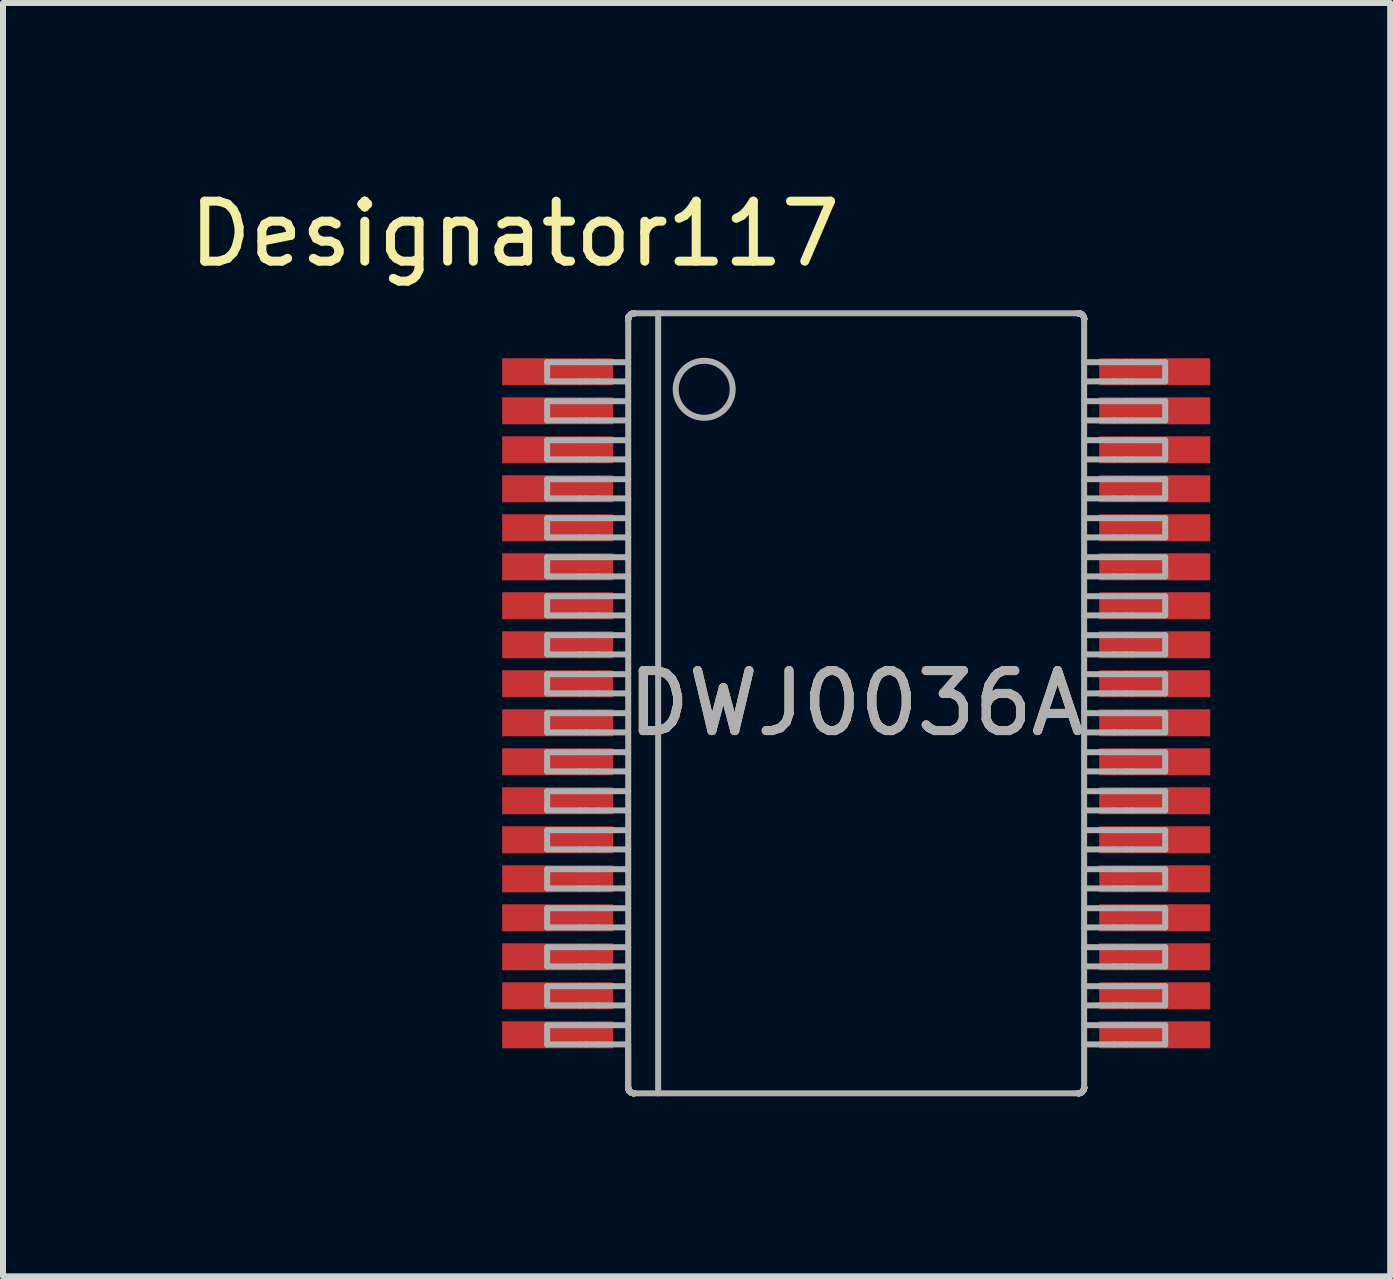
<source format=kicad_pcb>
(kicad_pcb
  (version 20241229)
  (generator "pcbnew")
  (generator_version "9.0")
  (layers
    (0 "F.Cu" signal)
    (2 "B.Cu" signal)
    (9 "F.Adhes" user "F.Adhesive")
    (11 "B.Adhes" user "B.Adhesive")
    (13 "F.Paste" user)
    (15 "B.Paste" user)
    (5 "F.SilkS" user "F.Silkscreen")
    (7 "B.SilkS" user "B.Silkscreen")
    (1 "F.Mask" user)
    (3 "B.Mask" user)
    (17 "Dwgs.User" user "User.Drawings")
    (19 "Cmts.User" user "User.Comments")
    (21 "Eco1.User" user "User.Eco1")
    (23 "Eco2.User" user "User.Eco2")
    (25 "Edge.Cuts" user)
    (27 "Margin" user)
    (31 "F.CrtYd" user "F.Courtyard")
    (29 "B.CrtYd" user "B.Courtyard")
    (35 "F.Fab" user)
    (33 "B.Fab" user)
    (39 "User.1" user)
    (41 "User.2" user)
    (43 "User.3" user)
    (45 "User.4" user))
  (footprint "DWJ0036A"
    (layer "F.Cu")
    (at 11.219 8.671)
    (property "Reference" "DWJ0036A" (at 0 0 0) (unlocked yes) (layer "F.SilkS") (effects (font (size 1 1) (thickness 0.15))))
    (attr smd)
    (fp_line (start -5.15 -5.685) (end -4.6 -5.685) (stroke (width 0.1) (type solid)) (layer "F.Fab"))
    (fp_line (start -5.15 -5.365) (end -5.15 -5.685) (stroke (width 0.1) (type solid)) (layer "F.Fab"))
    (fp_line (start -5.15 -5.365) (end -4.6 -5.365) (stroke (width 0.1) (type solid)) (layer "F.Fab"))
    (fp_line (start -5.15 -5.035) (end -4.6 -5.035) (stroke (width 0.1) (type solid)) (layer "F.Fab"))
    (fp_line (start -5.15 -4.715) (end -5.15 -5.035) (stroke (width 0.1) (type solid)) (layer "F.Fab"))
    (fp_line (start -5.15 -4.715) (end -4.6 -4.715) (stroke (width 0.1) (type solid)) (layer "F.Fab"))
    (fp_line (start -5.15 -4.385) (end -4.6 -4.385) (stroke (width 0.1) (type solid)) (layer "F.Fab"))
    (fp_line (start -5.15 -4.065) (end -5.15 -4.385) (stroke (width 0.1) (type solid)) (layer "F.Fab"))
    (fp_line (start -5.15 -4.065) (end -4.6 -4.065) (stroke (width 0.1) (type solid)) (layer "F.Fab"))
    (fp_line (start -5.15 -3.735) (end -4.6 -3.735) (stroke (width 0.1) (type solid)) (layer "F.Fab"))
    (fp_line (start -5.15 -3.415) (end -5.15 -3.735) (stroke (width 0.1) (type solid)) (layer "F.Fab"))
    (fp_line (start -5.15 -3.415) (end -4.6 -3.415) (stroke (width 0.1) (type solid)) (layer "F.Fab"))
    (fp_line (start -5.15 -3.085) (end -4.6 -3.085) (stroke (width 0.1) (type solid)) (layer "F.Fab"))
    (fp_line (start -5.15 -2.765) (end -5.15 -3.085) (stroke (width 0.1) (type solid)) (layer "F.Fab"))
    (fp_line (start -5.15 -2.765) (end -4.6 -2.765) (stroke (width 0.1) (type solid)) (layer "F.Fab"))
    (fp_line (start -5.15 -2.435) (end -4.6 -2.435) (stroke (width 0.1) (type solid)) (layer "F.Fab"))
    (fp_line (start -5.15 -2.115) (end -5.15 -2.435) (stroke (width 0.1) (type solid)) (layer "F.Fab"))
    (fp_line (start -5.15 -2.115) (end -4.6 -2.115) (stroke (width 0.1) (type solid)) (layer "F.Fab"))
    (fp_line (start -5.15 -1.785) (end -4.6 -1.785) (stroke (width 0.1) (type solid)) (layer "F.Fab"))
    (fp_line (start -5.15 -1.465) (end -5.15 -1.785) (stroke (width 0.1) (type solid)) (layer "F.Fab"))
    (fp_line (start -5.15 -1.465) (end -4.6 -1.465) (stroke (width 0.1) (type solid)) (layer "F.Fab"))
    (fp_line (start -5.15 -1.135) (end -4.6 -1.135) (stroke (width 0.1) (type solid)) (layer "F.Fab"))
    (fp_line (start -5.15 -0.815) (end -5.15 -1.135) (stroke (width 0.1) (type solid)) (layer "F.Fab"))
    (fp_line (start -5.15 -0.815) (end -4.6 -0.815) (stroke (width 0.1) (type solid)) (layer "F.Fab"))
    (fp_line (start -5.15 -0.485) (end -4.6 -0.485) (stroke (width 0.1) (type solid)) (layer "F.Fab"))
    (fp_line (start -5.15 -0.165) (end -5.15 -0.485) (stroke (width 0.1) (type solid)) (layer "F.Fab"))
    (fp_line (start -5.15 -0.165) (end -4.6 -0.165) (stroke (width 0.1) (type solid)) (layer "F.Fab"))
    (fp_line (start -5.15 0.165) (end -4.6 0.165) (stroke (width 0.1) (type solid)) (layer "F.Fab"))
    (fp_line (start -5.15 0.485) (end -5.15 0.165) (stroke (width 0.1) (type solid)) (layer "F.Fab"))
    (fp_line (start -5.15 0.485) (end -4.6 0.485) (stroke (width 0.1) (type solid)) (layer "F.Fab"))
    (fp_line (start -5.15 0.815) (end -4.6 0.815) (stroke (width 0.1) (type solid)) (layer "F.Fab"))
    (fp_line (start -5.15 1.135) (end -5.15 0.815) (stroke (width 0.1) (type solid)) (layer "F.Fab"))
    (fp_line (start -5.15 1.135) (end -4.6 1.135) (stroke (width 0.1) (type solid)) (layer "F.Fab"))
    (fp_line (start -5.15 1.465) (end -4.6 1.465) (stroke (width 0.1) (type solid)) (layer "F.Fab"))
    (fp_line (start -5.15 1.785) (end -5.15 1.465) (stroke (width 0.1) (type solid)) (layer "F.Fab"))
    (fp_line (start -5.15 1.785) (end -4.6 1.785) (stroke (width 0.1) (type solid)) (layer "F.Fab"))
    (fp_line (start -5.15 2.115) (end -4.6 2.115) (stroke (width 0.1) (type solid)) (layer "F.Fab"))
    (fp_line (start -5.15 2.435) (end -5.15 2.115) (stroke (width 0.1) (type solid)) (layer "F.Fab"))
    (fp_line (start -5.15 2.435) (end -4.6 2.435) (stroke (width 0.1) (type solid)) (layer "F.Fab"))
    (fp_line (start -5.15 2.765) (end -4.6 2.765) (stroke (width 0.1) (type solid)) (layer "F.Fab"))
    (fp_line (start -5.15 3.085) (end -5.15 2.765) (stroke (width 0.1) (type solid)) (layer "F.Fab"))
    (fp_line (start -5.15 3.085) (end -4.6 3.085) (stroke (width 0.1) (type solid)) (layer "F.Fab"))
    (fp_line (start -5.15 3.415) (end -4.6 3.415) (stroke (width 0.1) (type solid)) (layer "F.Fab"))
    (fp_line (start -5.15 3.735) (end -5.15 3.415) (stroke (width 0.1) (type solid)) (layer "F.Fab"))
    (fp_line (start -5.15 3.735) (end -4.6 3.735) (stroke (width 0.1) (type solid)) (layer "F.Fab"))
    (fp_line (start -5.15 4.065) (end -4.6 4.065) (stroke (width 0.1) (type solid)) (layer "F.Fab"))
    (fp_line (start -5.15 4.385) (end -5.15 4.065) (stroke (width 0.1) (type solid)) (layer "F.Fab"))
    (fp_line (start -5.15 4.385) (end -4.6 4.385) (stroke (width 0.1) (type solid)) (layer "F.Fab"))
    (fp_line (start -5.15 4.715) (end -4.6 4.715) (stroke (width 0.1) (type solid)) (layer "F.Fab"))
    (fp_line (start -5.15 5.035) (end -5.15 4.715) (stroke (width 0.1) (type solid)) (layer "F.Fab"))
    (fp_line (start -5.15 5.035) (end -4.6 5.035) (stroke (width 0.1) (type solid)) (layer "F.Fab"))
    (fp_line (start -5.15 5.365) (end -4.6 5.365) (stroke (width 0.1) (type solid)) (layer "F.Fab"))
    (fp_line (start -5.15 5.685) (end -5.15 5.365) (stroke (width 0.1) (type solid)) (layer "F.Fab"))
    (fp_line (start -5.15 5.685) (end -4.6 5.685) (stroke (width 0.1) (type solid)) (layer "F.Fab"))
    (fp_line (start -4.6 -5.685) (end -4.5 -5.685) (stroke (width 0.1) (type solid)) (layer "F.Fab"))
    (fp_line (start -4.6 -5.365) (end -4.5 -5.365) (stroke (width 0.1) (type solid)) (layer "F.Fab"))
    (fp_line (start -4.6 -5.035) (end -4.5 -5.035) (stroke (width 0.1) (type solid)) (layer "F.Fab"))
    (fp_line (start -4.6 -4.715) (end -4.5 -4.715) (stroke (width 0.1) (type solid)) (layer "F.Fab"))
    (fp_line (start -4.6 -4.385) (end -4.5 -4.385) (stroke (width 0.1) (type solid)) (layer "F.Fab"))
    (fp_line (start -4.6 -4.065) (end -4.5 -4.065) (stroke (width 0.1) (type solid)) (layer "F.Fab"))
    (fp_line (start -4.6 -3.735) (end -4.5 -3.735) (stroke (width 0.1) (type solid)) (layer "F.Fab"))
    (fp_line (start -4.6 -3.415) (end -4.5 -3.415) (stroke (width 0.1) (type solid)) (layer "F.Fab"))
    (fp_line (start -4.6 -3.085) (end -4.5 -3.085) (stroke (width 0.1) (type solid)) (layer "F.Fab"))
    (fp_line (start -4.6 -2.765) (end -4.5 -2.765) (stroke (width 0.1) (type solid)) (layer "F.Fab"))
    (fp_line (start -4.6 -2.435) (end -4.5 -2.435) (stroke (width 0.1) (type solid)) (layer "F.Fab"))
    (fp_line (start -4.6 -2.115) (end -4.5 -2.115) (stroke (width 0.1) (type solid)) (layer "F.Fab"))
    (fp_line (start -4.6 -1.785) (end -4.5 -1.785) (stroke (width 0.1) (type solid)) (layer "F.Fab"))
    (fp_line (start -4.6 -1.465) (end -4.5 -1.465) (stroke (width 0.1) (type solid)) (layer "F.Fab"))
    (fp_line (start -4.6 -1.135) (end -4.5 -1.135) (stroke (width 0.1) (type solid)) (layer "F.Fab"))
    (fp_line (start -4.6 -0.815) (end -4.5 -0.815) (stroke (width 0.1) (type solid)) (layer "F.Fab"))
    (fp_line (start -4.6 -0.485) (end -4.5 -0.485) (stroke (width 0.1) (type solid)) (layer "F.Fab"))
    (fp_line (start -4.6 -0.165) (end -4.5 -0.165) (stroke (width 0.1) (type solid)) (layer "F.Fab"))
    (fp_line (start -4.6 0.165) (end -4.5 0.165) (stroke (width 0.1) (type solid)) (layer "F.Fab"))
    (fp_line (start -4.6 0.485) (end -4.5 0.485) (stroke (width 0.1) (type solid)) (layer "F.Fab"))
    (fp_line (start -4.6 0.815) (end -4.5 0.815) (stroke (width 0.1) (type solid)) (layer "F.Fab"))
    (fp_line (start -4.6 1.135) (end -4.5 1.135) (stroke (width 0.1) (type solid)) (layer "F.Fab"))
    (fp_line (start -4.6 1.465) (end -4.5 1.465) (stroke (width 0.1) (type solid)) (layer "F.Fab"))
    (fp_line (start -4.6 1.785) (end -4.5 1.785) (stroke (width 0.1) (type solid)) (layer "F.Fab"))
    (fp_line (start -4.6 2.115) (end -4.5 2.115) (stroke (width 0.1) (type solid)) (layer "F.Fab"))
    (fp_line (start -4.6 2.435) (end -4.5 2.435) (stroke (width 0.1) (type solid)) (layer "F.Fab"))
    (fp_line (start -4.6 2.765) (end -4.5 2.765) (stroke (width 0.1) (type solid)) (layer "F.Fab"))
    (fp_line (start -4.6 3.085) (end -4.5 3.085) (stroke (width 0.1) (type solid)) (layer "F.Fab"))
    (fp_line (start -4.6 3.415) (end -4.5 3.415) (stroke (width 0.1) (type solid)) (layer "F.Fab"))
    (fp_line (start -4.6 3.735) (end -4.5 3.735) (stroke (width 0.1) (type solid)) (layer "F.Fab"))
    (fp_line (start -4.6 4.065) (end -4.5 4.065) (stroke (width 0.1) (type solid)) (layer "F.Fab"))
    (fp_line (start -4.6 4.385) (end -4.5 4.385) (stroke (width 0.1) (type solid)) (layer "F.Fab"))
    (fp_line (start -4.6 4.715) (end -4.5 4.715) (stroke (width 0.1) (type solid)) (layer "F.Fab"))
    (fp_line (start -4.6 5.035) (end -4.5 5.035) (stroke (width 0.1) (type solid)) (layer "F.Fab"))
    (fp_line (start -4.6 5.365) (end -4.5 5.365) (stroke (width 0.1) (type solid)) (layer "F.Fab"))
    (fp_line (start -4.6 5.685) (end -4.5 5.685) (stroke (width 0.1) (type solid)) (layer "F.Fab"))
    (fp_line (start -4.5 -5.685) (end -4.3 -5.685) (stroke (width 0.1) (type solid)) (layer "F.Fab"))
    (fp_line (start -4.5 -5.365) (end -4.3 -5.365) (stroke (width 0.1) (type solid)) (layer "F.Fab"))
    (fp_line (start -4.5 -5.035) (end -4.3 -5.035) (stroke (width 0.1) (type solid)) (layer "F.Fab"))
    (fp_line (start -4.5 -4.715) (end -4.3 -4.715) (stroke (width 0.1) (type solid)) (layer "F.Fab"))
    (fp_line (start -4.5 -4.385) (end -4.3 -4.385) (stroke (width 0.1) (type solid)) (layer "F.Fab"))
    (fp_line (start -4.5 -4.065) (end -4.3 -4.065) (stroke (width 0.1) (type solid)) (layer "F.Fab"))
    (fp_line (start -4.5 -3.735) (end -4.3 -3.735) (stroke (width 0.1) (type solid)) (layer "F.Fab"))
    (fp_line (start -4.5 -3.415) (end -4.3 -3.415) (stroke (width 0.1) (type solid)) (layer "F.Fab"))
    (fp_line (start -4.5 -3.085) (end -4.3 -3.085) (stroke (width 0.1) (type solid)) (layer "F.Fab"))
    (fp_line (start -4.5 -2.765) (end -4.3 -2.765) (stroke (width 0.1) (type solid)) (layer "F.Fab"))
    (fp_line (start -4.5 -2.435) (end -4.3 -2.435) (stroke (width 0.1) (type solid)) (layer "F.Fab"))
    (fp_line (start -4.5 -2.115) (end -4.3 -2.115) (stroke (width 0.1) (type solid)) (layer "F.Fab"))
    (fp_line (start -4.5 -1.785) (end -4.3 -1.785) (stroke (width 0.1) (type solid)) (layer "F.Fab"))
    (fp_line (start -4.5 -1.465) (end -4.3 -1.465) (stroke (width 0.1) (type solid)) (layer "F.Fab"))
    (fp_line (start -4.5 -1.135) (end -4.3 -1.135) (stroke (width 0.1) (type solid)) (layer "F.Fab"))
    (fp_line (start -4.5 -0.815) (end -4.3 -0.815) (stroke (width 0.1) (type solid)) (layer "F.Fab"))
    (fp_line (start -4.5 -0.485) (end -4.3 -0.485) (stroke (width 0.1) (type solid)) (layer "F.Fab"))
    (fp_line (start -4.5 -0.165) (end -4.3 -0.165) (stroke (width 0.1) (type solid)) (layer "F.Fab"))
    (fp_line (start -4.5 0.165) (end -4.3 0.165) (stroke (width 0.1) (type solid)) (layer "F.Fab"))
    (fp_line (start -4.5 0.485) (end -4.3 0.485) (stroke (width 0.1) (type solid)) (layer "F.Fab"))
    (fp_line (start -4.5 0.815) (end -4.3 0.815) (stroke (width 0.1) (type solid)) (layer "F.Fab"))
    (fp_line (start -4.5 1.135) (end -4.3 1.135) (stroke (width 0.1) (type solid)) (layer "F.Fab"))
    (fp_line (start -4.5 1.465) (end -4.3 1.465) (stroke (width 0.1) (type solid)) (layer "F.Fab"))
    (fp_line (start -4.5 1.785) (end -4.3 1.785) (stroke (width 0.1) (type solid)) (layer "F.Fab"))
    (fp_line (start -4.5 2.115) (end -4.3 2.115) (stroke (width 0.1) (type solid)) (layer "F.Fab"))
    (fp_line (start -4.5 2.435) (end -4.3 2.435) (stroke (width 0.1) (type solid)) (layer "F.Fab"))
    (fp_line (start -4.5 2.765) (end -4.3 2.765) (stroke (width 0.1) (type solid)) (layer "F.Fab"))
    (fp_line (start -4.5 3.085) (end -4.3 3.085) (stroke (width 0.1) (type solid)) (layer "F.Fab"))
    (fp_line (start -4.5 3.415) (end -4.3 3.415) (stroke (width 0.1) (type solid)) (layer "F.Fab"))
    (fp_line (start -4.5 3.735) (end -4.3 3.735) (stroke (width 0.1) (type solid)) (layer "F.Fab"))
    (fp_line (start -4.5 4.065) (end -4.3 4.065) (stroke (width 0.1) (type solid)) (layer "F.Fab"))
    (fp_line (start -4.5 4.385) (end -4.3 4.385) (stroke (width 0.1) (type solid)) (layer "F.Fab"))
    (fp_line (start -4.5 4.715) (end -4.3 4.715) (stroke (width 0.1) (type solid)) (layer "F.Fab"))
    (fp_line (start -4.5 5.035) (end -4.3 5.035) (stroke (width 0.1) (type solid)) (layer "F.Fab"))
    (fp_line (start -4.5 5.365) (end -4.3 5.365) (stroke (width 0.1) (type solid)) (layer "F.Fab"))
    (fp_line (start -4.5 5.685) (end -4.3 5.685) (stroke (width 0.1) (type solid)) (layer "F.Fab"))
    (fp_line (start -4.3 -5.685) (end -3.8 -5.685) (stroke (width 0.1) (type solid)) (layer "F.Fab"))
    (fp_line (start -4.3 -5.365) (end -3.8 -5.365) (stroke (width 0.1) (type solid)) (layer "F.Fab"))
    (fp_line (start -4.3 -5.035) (end -3.8 -5.035) (stroke (width 0.1) (type solid)) (layer "F.Fab"))
    (fp_line (start -4.3 -4.715) (end -3.8 -4.715) (stroke (width 0.1) (type solid)) (layer "F.Fab"))
    (fp_line (start -4.3 -4.385) (end -3.8 -4.385) (stroke (width 0.1) (type solid)) (layer "F.Fab"))
    (fp_line (start -4.3 -4.065) (end -3.8 -4.065) (stroke (width 0.1) (type solid)) (layer "F.Fab"))
    (fp_line (start -4.3 -3.735) (end -3.8 -3.735) (stroke (width 0.1) (type solid)) (layer "F.Fab"))
    (fp_line (start -4.3 -3.415) (end -3.8 -3.415) (stroke (width 0.1) (type solid)) (layer "F.Fab"))
    (fp_line (start -4.3 -3.085) (end -3.8 -3.085) (stroke (width 0.1) (type solid)) (layer "F.Fab"))
    (fp_line (start -4.3 -2.765) (end -3.8 -2.765) (stroke (width 0.1) (type solid)) (layer "F.Fab"))
    (fp_line (start -4.3 -2.435) (end -3.8 -2.435) (stroke (width 0.1) (type solid)) (layer "F.Fab"))
    (fp_line (start -4.3 -2.115) (end -3.8 -2.115) (stroke (width 0.1) (type solid)) (layer "F.Fab"))
    (fp_line (start -4.3 -1.785) (end -3.8 -1.785) (stroke (width 0.1) (type solid)) (layer "F.Fab"))
    (fp_line (start -4.3 -1.465) (end -3.8 -1.465) (stroke (width 0.1) (type solid)) (layer "F.Fab"))
    (fp_line (start -4.3 -1.135) (end -3.8 -1.135) (stroke (width 0.1) (type solid)) (layer "F.Fab"))
    (fp_line (start -4.3 -0.815) (end -3.8 -0.815) (stroke (width 0.1) (type solid)) (layer "F.Fab"))
    (fp_line (start -4.3 -0.485) (end -3.8 -0.485) (stroke (width 0.1) (type solid)) (layer "F.Fab"))
    (fp_line (start -4.3 -0.165) (end -3.8 -0.165) (stroke (width 0.1) (type solid)) (layer "F.Fab"))
    (fp_line (start -4.3 0.165) (end -3.8 0.165) (stroke (width 0.1) (type solid)) (layer "F.Fab"))
    (fp_line (start -4.3 0.485) (end -3.8 0.485) (stroke (width 0.1) (type solid)) (layer "F.Fab"))
    (fp_line (start -4.3 0.815) (end -3.8 0.815) (stroke (width 0.1) (type solid)) (layer "F.Fab"))
    (fp_line (start -4.3 1.135) (end -3.8 1.135) (stroke (width 0.1) (type solid)) (layer "F.Fab"))
    (fp_line (start -4.3 1.465) (end -3.8 1.465) (stroke (width 0.1) (type solid)) (layer "F.Fab"))
    (fp_line (start -4.3 1.785) (end -3.8 1.785) (stroke (width 0.1) (type solid)) (layer "F.Fab"))
    (fp_line (start -4.3 2.115) (end -3.8 2.115) (stroke (width 0.1) (type solid)) (layer "F.Fab"))
    (fp_line (start -4.3 2.435) (end -3.8 2.435) (stroke (width 0.1) (type solid)) (layer "F.Fab"))
    (fp_line (start -4.3 2.765) (end -3.8 2.765) (stroke (width 0.1) (type solid)) (layer "F.Fab"))
    (fp_line (start -4.3 3.085) (end -3.8 3.085) (stroke (width 0.1) (type solid)) (layer "F.Fab"))
    (fp_line (start -4.3 3.415) (end -3.8 3.415) (stroke (width 0.1) (type solid)) (layer "F.Fab"))
    (fp_line (start -4.3 3.735) (end -3.8 3.735) (stroke (width 0.1) (type solid)) (layer "F.Fab"))
    (fp_line (start -4.3 4.065) (end -3.8 4.065) (stroke (width 0.1) (type solid)) (layer "F.Fab"))
    (fp_line (start -4.3 4.385) (end -3.8 4.385) (stroke (width 0.1) (type solid)) (layer "F.Fab"))
    (fp_line (start -4.3 4.715) (end -3.8 4.715) (stroke (width 0.1) (type solid)) (layer "F.Fab"))
    (fp_line (start -4.3 5.035) (end -3.8 5.035) (stroke (width 0.1) (type solid)) (layer "F.Fab"))
    (fp_line (start -4.3 5.365) (end -3.8 5.365) (stroke (width 0.1) (type solid)) (layer "F.Fab"))
    (fp_line (start -4.3 5.685) (end -3.8 5.685) (stroke (width 0.1) (type solid)) (layer "F.Fab"))
    (fp_line (start -3.8 -6.4) (end -3.799 -6.4) (stroke (width 0.1) (type solid)) (layer "F.Fab"))
    (fp_line (start -3.8 6.4) (end -3.8 5.685) (stroke (width 0.1) (type solid)) (layer "F.Fab"))
    (fp_line (start -3.8 6.4) (end -3.799 6.4) (stroke (width 0.1) (type solid)) (layer "F.Fab"))
    (fp_line (start -3.8 -6.4) (end -3.8 -6.4) (stroke (width 0.1) (type solid)) (layer "F.Fab"))
    (fp_line (start -3.8 6.4) (end -3.8 6.4) (stroke (width 0.1) (type solid)) (layer "F.Fab"))
    (fp_line (start -3.8 -6.4) (end -3.8 -6.401) (stroke (width 0.1) (type solid)) (layer "F.Fab"))
    (fp_line (start -3.8 6.4) (end -3.8 6.401) (stroke (width 0.1) (type solid)) (layer "F.Fab"))
    (fp_line (start -3.8 -6.401) (end -3.8 -6.401) (stroke (width 0.1) (type solid)) (layer "F.Fab"))
    (fp_line (start -3.8 6.401) (end -3.8 6.401) (stroke (width 0.1) (type solid)) (layer "F.Fab"))
    (fp_line (start -3.8 -6.401) (end -3.8 -6.401) (stroke (width 0.1) (type solid)) (layer "F.Fab"))
    (fp_line (start -3.8 -6.401) (end -3.8 -6.402) (stroke (width 0.1) (type solid)) (layer "F.Fab"))
    (fp_line (start -3.8 6.401) (end -3.8 6.402) (stroke (width 0.1) (type solid)) (layer "F.Fab"))
    (fp_line (start -3.8 -6.402) (end -3.8 -6.402) (stroke (width 0.1) (type solid)) (layer "F.Fab"))
    (fp_line (start -3.8 6.402) (end -3.8 6.403) (stroke (width 0.1) (type solid)) (layer "F.Fab"))
    (fp_line (start -3.8 -6.402) (end -3.8 -6.403) (stroke (width 0.1) (type solid)) (layer "F.Fab"))
    (fp_line (start -3.8 6.403) (end -3.8 6.403) (stroke (width 0.1) (type solid)) (layer "F.Fab"))
    (fp_line (start -3.8 6.403) (end -3.8 6.404) (stroke (width 0.1) (type solid)) (layer "F.Fab"))
    (fp_line (start -3.8 6.404) (end -3.8 6.405) (stroke (width 0.1) (type solid)) (layer "F.Fab"))
    (fp_line (start -3.8 6.405) (end -3.8 6.406) (stroke (width 0.1) (type solid)) (layer "F.Fab"))
    (fp_line (start -3.8 6.406) (end -3.8 6.406) (stroke (width 0.1) (type solid)) (layer "F.Fab"))
    (fp_line (start -3.8 6.406) (end -3.8 6.408) (stroke (width 0.1) (type solid)) (layer "F.Fab"))
    (fp_line (start -3.8 -6.406) (end -3.8 -6.409) (stroke (width 0.1) (type solid)) (layer "F.Fab"))
    (fp_line (start -3.8 6.408) (end -3.8 6.409) (stroke (width 0.1) (type solid)) (layer "F.Fab"))
    (fp_line (start -3.8 -6.409) (end -3.8 -6.409) (stroke (width 0.1) (type solid)) (layer "F.Fab"))
    (fp_line (start -3.8 6.409) (end -3.8 6.409) (stroke (width 0.1) (type solid)) (layer "F.Fab"))
    (fp_line (start -3.8 -6.409) (end -3.8 -6.409) (stroke (width 0.1) (type solid)) (layer "F.Fab"))
    (fp_line (start -3.8 6.409) (end -3.8 6.41) (stroke (width 0.1) (type solid)) (layer "F.Fab"))
    (fp_line (start -3.8 -6.409) (end -3.8 -6.41) (stroke (width 0.1) (type solid)) (layer "F.Fab"))
    (fp_line (start -3.8 6.41) (end -3.8 6.41) (stroke (width 0.1) (type solid)) (layer "F.Fab"))
    (fp_line (start -3.8 -6.41) (end -3.8 -6.41) (stroke (width 0.1) (type solid)) (layer "F.Fab"))
    (fp_line (start -3.8 6.41) (end -3.8 6.41) (stroke (width 0.1) (type solid)) (layer "F.Fab"))
    (fp_line (start -3.8 -6.41) (end -3.8 -6.41) (stroke (width 0.1) (type solid)) (layer "F.Fab"))
    (fp_line (start -3.8 6.41) (end -3.799 6.411) (stroke (width 0.1) (type solid)) (layer "F.Fab"))
    (fp_line (start -3.8 -6.41) (end -3.799 -6.411) (stroke (width 0.1) (type solid)) (layer "F.Fab"))
    (fp_line (start -3.799 6.411) (end -3.799 6.411) (stroke (width 0.1) (type solid)) (layer "F.Fab"))
    (fp_line (start -3.799 -6.411) (end -3.799 -6.411) (stroke (width 0.1) (type solid)) (layer "F.Fab"))
    (fp_line (start -3.799 6.411) (end -3.799 6.411) (stroke (width 0.1) (type solid)) (layer "F.Fab"))
    (fp_line (start -3.799 6.4) (end -3.799 -6.4) (stroke (width 0.1) (type solid)) (layer "F.Fab"))
    (fp_line (start -3.799 6.4) (end -3.799 6.4) (stroke (width 0.1) (type solid)) (layer "F.Fab"))
    (fp_line (start -3.799 -6.411) (end -3.799 -6.411) (stroke (width 0.1) (type solid)) (layer "F.Fab"))
    (fp_line (start -3.799 6.411) (end -3.799 6.411) (stroke (width 0.1) (type solid)) (layer "F.Fab"))
    (fp_line (start -3.799 -6.411) (end -3.799 -6.411) (stroke (width 0.1) (type solid)) (layer "F.Fab"))
    (fp_line (start -3.799 -6.411) (end -3.799 -6.413) (stroke (width 0.1) (type solid)) (layer "F.Fab"))
    (fp_line (start -3.799 6.411) (end -3.799 6.412) (stroke (width 0.1) (type solid)) (layer "F.Fab"))
    (fp_line (start -3.799 6.412) (end -3.799 6.414) (stroke (width 0.1) (type solid)) (layer "F.Fab"))
    (fp_line (start -3.799 -6.413) (end -3.799 -6.414) (stroke (width 0.1) (type solid)) (layer "F.Fab"))
    (fp_line (start -3.799 6.414) (end -3.799 6.415) (stroke (width 0.1) (type solid)) (layer "F.Fab"))
    (fp_line (start -3.799 -6.414) (end -3.799 -6.415) (stroke (width 0.1) (type solid)) (layer "F.Fab"))
    (fp_line (start -3.799 -6.415) (end -3.799 -6.416) (stroke (width 0.1) (type solid)) (layer "F.Fab"))
    (fp_line (start -3.799 6.415) (end -3.799 6.416) (stroke (width 0.1) (type solid)) (layer "F.Fab"))
    (fp_line (start -3.799 -6.416) (end -3.799 -6.416) (stroke (width 0.1) (type solid)) (layer "F.Fab"))
    (fp_line (start -3.799 6.416) (end -3.799 6.417) (stroke (width 0.1) (type solid)) (layer "F.Fab"))
    (fp_line (start -3.799 -6.416) (end -3.799 -6.417) (stroke (width 0.1) (type solid)) (layer "F.Fab"))
    (fp_line (start -3.799 6.417) (end -3.799 6.418) (stroke (width 0.1) (type solid)) (layer "F.Fab"))
    (fp_line (start -3.799 -6.417) (end -3.799 -6.418) (stroke (width 0.1) (type solid)) (layer "F.Fab"))
    (fp_line (start -3.799 6.418) (end -3.798 6.418) (stroke (width 0.1) (type solid)) (layer "F.Fab"))
    (fp_line (start -3.799 -6.418) (end -3.798 -6.419) (stroke (width 0.1) (type solid)) (layer "F.Fab"))
    (fp_line (start -3.798 6.418) (end -3.798 6.419) (stroke (width 0.1) (type solid)) (layer "F.Fab"))
    (fp_line (start -3.798 -6.419) (end -3.798 -6.419) (stroke (width 0.1) (type solid)) (layer "F.Fab"))
    (fp_line (start -3.798 6.419) (end -3.798 6.42) (stroke (width 0.1) (type solid)) (layer "F.Fab"))
    (fp_line (start -3.798 -6.419) (end -3.798 -6.42) (stroke (width 0.1) (type solid)) (layer "F.Fab"))
    (fp_line (start -3.798 6.42) (end -3.798 6.421) (stroke (width 0.1) (type solid)) (layer "F.Fab"))
    (fp_line (start -3.798 6.421) (end -3.798 6.422) (stroke (width 0.1) (type solid)) (layer "F.Fab"))
    (fp_line (start -3.798 6.422) (end -3.798 6.422) (stroke (width 0.1) (type solid)) (layer "F.Fab"))
    (fp_line (start -3.798 6.422) (end -3.798 6.423) (stroke (width 0.1) (type solid)) (layer "F.Fab"))
    (fp_line (start -3.798 6.423) (end -3.797 6.424) (stroke (width 0.1) (type solid)) (layer "F.Fab"))
    (fp_line (start -3.794 -6.436) (end -3.794 -6.437) (stroke (width 0.1) (type solid)) (layer "F.Fab"))
    (fp_line (start -3.794 -6.437) (end -3.793 -6.438) (stroke (width 0.1) (type solid)) (layer "F.Fab"))
    (fp_line (start -3.793 -6.438) (end -3.793 -6.44) (stroke (width 0.1) (type solid)) (layer "F.Fab"))
    (fp_line (start -3.793 -6.44) (end -3.792 -6.441) (stroke (width 0.1) (type solid)) (layer "F.Fab"))
    (fp_line (start -3.792 -6.441) (end -3.792 -6.442) (stroke (width 0.1) (type solid)) (layer "F.Fab"))
    (fp_line (start -3.792 -6.442) (end -3.791 -6.443) (stroke (width 0.1) (type solid)) (layer "F.Fab"))
    (fp_line (start -3.791 -6.443) (end -3.791 -6.444) (stroke (width 0.1) (type solid)) (layer "F.Fab"))
    (fp_line (start -3.791 -6.444) (end -3.79 -6.445) (stroke (width 0.1) (type solid)) (layer "F.Fab"))
    (fp_line (start -3.788 6.449) (end -3.787 6.451) (stroke (width 0.1) (type solid)) (layer "F.Fab"))
    (fp_line (start -3.786 6.452) (end -3.786 6.453) (stroke (width 0.1) (type solid)) (layer "F.Fab"))
    (fp_line (start -3.753 -6.486) (end -3.752 -6.486) (stroke (width 0.1) (type solid)) (layer "F.Fab"))
    (fp_line (start -3.751 -6.487) (end -3.749 -6.488) (stroke (width 0.1) (type solid)) (layer "F.Fab"))
    (fp_line (start -3.745 6.49) (end -3.744 6.491) (stroke (width 0.1) (type solid)) (layer "F.Fab"))
    (fp_line (start -3.744 6.491) (end -3.743 6.491) (stroke (width 0.1) (type solid)) (layer "F.Fab"))
    (fp_line (start -3.743 6.491) (end -3.742 6.492) (stroke (width 0.1) (type solid)) (layer "F.Fab"))
    (fp_line (start -3.742 6.492) (end -3.741 6.492) (stroke (width 0.1) (type solid)) (layer "F.Fab"))
    (fp_line (start -3.741 6.492) (end -3.74 6.493) (stroke (width 0.1) (type solid)) (layer "F.Fab"))
    (fp_line (start -3.74 6.493) (end -3.738 6.493) (stroke (width 0.1) (type solid)) (layer "F.Fab"))
    (fp_line (start -3.738 6.493) (end -3.737 6.494) (stroke (width 0.1) (type solid)) (layer "F.Fab"))
    (fp_line (start -3.737 6.494) (end -3.736 6.494) (stroke (width 0.1) (type solid)) (layer "F.Fab"))
    (fp_line (start -3.724 -6.497) (end -3.723 -6.498) (stroke (width 0.1) (type solid)) (layer "F.Fab"))
    (fp_line (start -3.723 -6.498) (end -3.722 -6.498) (stroke (width 0.1) (type solid)) (layer "F.Fab"))
    (fp_line (start -3.722 -6.498) (end -3.722 -6.498) (stroke (width 0.1) (type solid)) (layer "F.Fab"))
    (fp_line (start -3.722 -6.498) (end -3.721 -6.498) (stroke (width 0.1) (type solid)) (layer "F.Fab"))
    (fp_line (start -3.721 -6.498) (end -3.72 -6.498) (stroke (width 0.1) (type solid)) (layer "F.Fab"))
    (fp_line (start -3.72 -6.498) (end -3.719 -6.498) (stroke (width 0.1) (type solid)) (layer "F.Fab"))
    (fp_line (start -3.72 6.498) (end -3.719 6.498) (stroke (width 0.1) (type solid)) (layer "F.Fab"))
    (fp_line (start -3.719 6.498) (end -3.719 6.498) (stroke (width 0.1) (type solid)) (layer "F.Fab"))
    (fp_line (start -3.719 -6.498) (end -3.718 -6.498) (stroke (width 0.1) (type solid)) (layer "F.Fab"))
    (fp_line (start -3.719 6.498) (end -3.718 6.499) (stroke (width 0.1) (type solid)) (layer "F.Fab"))
    (fp_line (start -3.718 -6.498) (end -3.718 -6.499) (stroke (width 0.1) (type solid)) (layer "F.Fab"))
    (fp_line (start -3.718 6.499) (end -3.717 6.499) (stroke (width 0.1) (type solid)) (layer "F.Fab"))
    (fp_line (start -3.718 -6.499) (end -3.717 -6.499) (stroke (width 0.1) (type solid)) (layer "F.Fab"))
    (fp_line (start -3.717 6.499) (end -3.716 6.499) (stroke (width 0.1) (type solid)) (layer "F.Fab"))
    (fp_line (start -3.717 -6.499) (end -3.716 -6.499) (stroke (width 0.1) (type solid)) (layer "F.Fab"))
    (fp_line (start -3.716 6.499) (end -3.716 6.499) (stroke (width 0.1) (type solid)) (layer "F.Fab"))
    (fp_line (start -3.716 -6.499) (end -3.715 -6.499) (stroke (width 0.1) (type solid)) (layer "F.Fab"))
    (fp_line (start -3.716 6.499) (end -3.715 6.499) (stroke (width 0.1) (type solid)) (layer "F.Fab"))
    (fp_line (start -3.715 -6.499) (end -3.714 -6.499) (stroke (width 0.1) (type solid)) (layer "F.Fab"))
    (fp_line (start -3.715 6.499) (end -3.714 6.499) (stroke (width 0.1) (type solid)) (layer "F.Fab"))
    (fp_line (start -3.714 6.499) (end -3.713 6.499) (stroke (width 0.1) (type solid)) (layer "F.Fab"))
    (fp_line (start -3.714 -6.499) (end -3.712 -6.499) (stroke (width 0.1) (type solid)) (layer "F.Fab"))
    (fp_line (start -3.713 6.499) (end -3.711 6.499) (stroke (width 0.1) (type solid)) (layer "F.Fab"))
    (fp_line (start -3.712 -6.499) (end -3.711 -6.499) (stroke (width 0.1) (type solid)) (layer "F.Fab"))
    (fp_line (start -3.711 -6.499) (end -3.711 -6.499) (stroke (width 0.1) (type solid)) (layer "F.Fab"))
    (fp_line (start -3.711 6.499) (end -3.711 6.499) (stroke (width 0.1) (type solid)) (layer "F.Fab"))
    (fp_line (start -3.711 6.499) (end -3.711 6.499) (stroke (width 0.1) (type solid)) (layer "F.Fab"))
    (fp_line (start -3.711 -6.499) (end -3.711 -6.499) (stroke (width 0.1) (type solid)) (layer "F.Fab"))
    (fp_line (start -3.711 6.499) (end -3.711 6.499) (stroke (width 0.1) (type solid)) (layer "F.Fab"))
    (fp_line (start -3.711 -6.499) (end -3.711 -6.499) (stroke (width 0.1) (type solid)) (layer "F.Fab"))
    (fp_line (start -3.711 6.499) (end -3.71 6.5) (stroke (width 0.1) (type solid)) (layer "F.Fab"))
    (fp_line (start -3.711 -6.499) (end -3.71 -6.5) (stroke (width 0.1) (type solid)) (layer "F.Fab"))
    (fp_line (start -3.71 6.5) (end -3.71 6.5) (stroke (width 0.1) (type solid)) (layer "F.Fab"))
    (fp_line (start -3.71 -6.5) (end -3.71 -6.5) (stroke (width 0.1) (type solid)) (layer "F.Fab"))
    (fp_line (start -3.71 6.5) (end -3.71 6.5) (stroke (width 0.1) (type solid)) (layer "F.Fab"))
    (fp_line (start -3.71 -6.5) (end -3.71 -6.5) (stroke (width 0.1) (type solid)) (layer "F.Fab"))
    (fp_line (start -3.71 6.5) (end -3.709 6.5) (stroke (width 0.1) (type solid)) (layer "F.Fab"))
    (fp_line (start -3.71 -6.5) (end -3.709 -6.5) (stroke (width 0.1) (type solid)) (layer "F.Fab"))
    (fp_line (start -3.709 6.5) (end -3.709 6.5) (stroke (width 0.1) (type solid)) (layer "F.Fab"))
    (fp_line (start -3.709 -6.5) (end -3.709 -6.5) (stroke (width 0.1) (type solid)) (layer "F.Fab"))
    (fp_line (start -3.709 6.5) (end -3.709 6.5) (stroke (width 0.1) (type solid)) (layer "F.Fab"))
    (fp_line (start -3.709 -6.5) (end -3.708 -6.5) (stroke (width 0.1) (type solid)) (layer "F.Fab"))
    (fp_line (start -3.709 6.5) (end -3.706 6.5) (stroke (width 0.1) (type solid)) (layer "F.Fab"))
    (fp_line (start -3.708 -6.5) (end -3.706 -6.5) (stroke (width 0.1) (type solid)) (layer "F.Fab"))
    (fp_line (start -3.706 -6.5) (end -3.706 -6.5) (stroke (width 0.1) (type solid)) (layer "F.Fab"))
    (fp_line (start -3.706 -6.5) (end -3.705 -6.5) (stroke (width 0.1) (type solid)) (layer "F.Fab"))
    (fp_line (start -3.705 -6.5) (end -3.704 -6.5) (stroke (width 0.1) (type solid)) (layer "F.Fab"))
    (fp_line (start -3.704 -6.5) (end -3.703 -6.5) (stroke (width 0.1) (type solid)) (layer "F.Fab"))
    (fp_line (start -3.703 -6.5) (end -3.703 -6.5) (stroke (width 0.1) (type solid)) (layer "F.Fab"))
    (fp_line (start -3.703 6.5) (end -3.702 6.5) (stroke (width 0.1) (type solid)) (layer "F.Fab"))
    (fp_line (start -3.703 -6.5) (end -3.702 -6.5) (stroke (width 0.1) (type solid)) (layer "F.Fab"))
    (fp_line (start -3.702 6.5) (end -3.702 6.5) (stroke (width 0.1) (type solid)) (layer "F.Fab"))
    (fp_line (start -3.702 -6.5) (end -3.701 -6.5) (stroke (width 0.1) (type solid)) (layer "F.Fab"))
    (fp_line (start -3.702 6.5) (end -3.701 6.5) (stroke (width 0.1) (type solid)) (layer "F.Fab"))
    (fp_line (start -3.701 6.5) (end -3.701 6.5) (stroke (width 0.1) (type solid)) (layer "F.Fab"))
    (fp_line (start -3.701 -6.5) (end -3.701 -6.5) (stroke (width 0.1) (type solid)) (layer "F.Fab"))
    (fp_line (start -3.701 6.5) (end -3.701 6.5) (stroke (width 0.1) (type solid)) (layer "F.Fab"))
    (fp_line (start -3.701 -6.5) (end -3.7 -6.5) (stroke (width 0.1) (type solid)) (layer "F.Fab"))
    (fp_line (start -3.701 6.5) (end -3.7 6.5) (stroke (width 0.1) (type solid)) (layer "F.Fab"))
    (fp_line (start -3.7 -6.5) (end -3.7 -6.5) (stroke (width 0.1) (type solid)) (layer "F.Fab"))
    (fp_line (start -3.7 6.5) (end -3.7 6.5) (stroke (width 0.1) (type solid)) (layer "F.Fab"))
    (fp_line (start -3.7 -6.499) (end -3.7 -6.499) (stroke (width 0.1) (type solid)) (layer "F.Fab"))
    (fp_line (start -3.7 -6.5) (end 3.7 -6.5) (stroke (width 0.1) (type solid)) (layer "F.Fab"))
    (fp_line (start -3.7 -6.499) (end -3.7 -6.5) (stroke (width 0.1) (type solid)) (layer "F.Fab"))
    (fp_line (start -3.7 6.5) (end -3.7 6.499) (stroke (width 0.1) (type solid)) (layer "F.Fab"))
    (fp_line (start -3.7 6.5) (end 3.7 6.5) (stroke (width 0.1) (type solid)) (layer "F.Fab"))
    (fp_line (start -3.3 6.5) (end -3.3 -6.5) (stroke (width 0.1) (type solid)) (layer "F.Fab"))
    (fp_line (start 3.7 -6.5) (end 3.7 -6.5) (stroke (width 0.1) (type solid)) (layer "F.Fab"))
    (fp_line (start 3.7 -6.499) (end 3.7 -6.5) (stroke (width 0.1) (type solid)) (layer "F.Fab"))
    (fp_line (start 3.7 -6.499) (end 3.7 -6.499) (stroke (width 0.1) (type solid)) (layer "F.Fab"))
    (fp_line (start 3.7 6.5) (end 3.7 6.5) (stroke (width 0.1) (type solid)) (layer "F.Fab"))
    (fp_line (start 3.7 6.5) (end 3.7 6.499) (stroke (width 0.1) (type solid)) (layer "F.Fab"))
    (fp_line (start 3.7 -6.5) (end 3.701 -6.5) (stroke (width 0.1) (type solid)) (layer "F.Fab"))
    (fp_line (start 3.7 6.5) (end 3.701 6.5) (stroke (width 0.1) (type solid)) (layer "F.Fab"))
    (fp_line (start 3.701 -6.5) (end 3.701 -6.5) (stroke (width 0.1) (type solid)) (layer "F.Fab"))
    (fp_line (start 3.701 6.5) (end 3.701 6.5) (stroke (width 0.1) (type solid)) (layer "F.Fab"))
    (fp_line (start 3.701 -6.5) (end 3.701 -6.5) (stroke (width 0.1) (type solid)) (layer "F.Fab"))
    (fp_line (start 3.701 6.5) (end 3.702 6.5) (stroke (width 0.1) (type solid)) (layer "F.Fab"))
    (fp_line (start 3.701 -6.5) (end 3.702 -6.5) (stroke (width 0.1) (type solid)) (layer "F.Fab"))
    (fp_line (start 3.702 -6.5) (end 3.702 -6.5) (stroke (width 0.1) (type solid)) (layer "F.Fab"))
    (fp_line (start 3.702 6.5) (end 3.703 6.5) (stroke (width 0.1) (type solid)) (layer "F.Fab"))
    (fp_line (start 3.702 -6.5) (end 3.703 -6.5) (stroke (width 0.1) (type solid)) (layer "F.Fab"))
    (fp_line (start 3.703 6.5) (end 3.703 6.5) (stroke (width 0.1) (type solid)) (layer "F.Fab"))
    (fp_line (start 3.703 6.5) (end 3.704 6.5) (stroke (width 0.1) (type solid)) (layer "F.Fab"))
    (fp_line (start 3.704 6.5) (end 3.705 6.5) (stroke (width 0.1) (type solid)) (layer "F.Fab"))
    (fp_line (start 3.705 6.5) (end 3.706 6.5) (stroke (width 0.1) (type solid)) (layer "F.Fab"))
    (fp_line (start 3.706 6.5) (end 3.706 6.5) (stroke (width 0.1) (type solid)) (layer "F.Fab"))
    (fp_line (start 3.706 6.5) (end 3.708 6.5) (stroke (width 0.1) (type solid)) (layer "F.Fab"))
    (fp_line (start 3.706 -6.5) (end 3.709 -6.5) (stroke (width 0.1) (type solid)) (layer "F.Fab"))
    (fp_line (start 3.708 6.5) (end 3.709 6.5) (stroke (width 0.1) (type solid)) (layer "F.Fab"))
    (fp_line (start 3.709 -6.5) (end 3.709 -6.5) (stroke (width 0.1) (type solid)) (layer "F.Fab"))
    (fp_line (start 3.709 6.5) (end 3.709 6.5) (stroke (width 0.1) (type solid)) (layer "F.Fab"))
    (fp_line (start 3.709 -6.5) (end 3.709 -6.5) (stroke (width 0.1) (type solid)) (layer "F.Fab"))
    (fp_line (start 3.709 6.5) (end 3.71 6.5) (stroke (width 0.1) (type solid)) (layer "F.Fab"))
    (fp_line (start 3.709 -6.5) (end 3.71 -6.5) (stroke (width 0.1) (type solid)) (layer "F.Fab"))
    (fp_line (start 3.71 6.5) (end 3.71 6.5) (stroke (width 0.1) (type solid)) (layer "F.Fab"))
    (fp_line (start 3.71 -6.5) (end 3.71 -6.5) (stroke (width 0.1) (type solid)) (layer "F.Fab"))
    (fp_line (start 3.71 6.5) (end 3.71 6.5) (stroke (width 0.1) (type solid)) (layer "F.Fab"))
    (fp_line (start 3.71 -6.5) (end 3.71 -6.5) (stroke (width 0.1) (type solid)) (layer "F.Fab"))
    (fp_line (start 3.71 6.5) (end 3.711 6.499) (stroke (width 0.1) (type solid)) (layer "F.Fab"))
    (fp_line (start 3.71 -6.5) (end 3.711 -6.499) (stroke (width 0.1) (type solid)) (layer "F.Fab"))
    (fp_line (start 3.711 6.499) (end 3.711 6.499) (stroke (width 0.1) (type solid)) (layer "F.Fab"))
    (fp_line (start 3.711 -6.499) (end 3.711 -6.499) (stroke (width 0.1) (type solid)) (layer "F.Fab"))
    (fp_line (start 3.711 6.499) (end 3.711 6.499) (stroke (width 0.1) (type solid)) (layer "F.Fab"))
    (fp_line (start 3.711 -6.499) (end 3.711 -6.499) (stroke (width 0.1) (type solid)) (layer "F.Fab"))
    (fp_line (start 3.711 6.499) (end 3.711 6.499) (stroke (width 0.1) (type solid)) (layer "F.Fab"))
    (fp_line (start 3.711 -6.499) (end 3.711 -6.499) (stroke (width 0.1) (type solid)) (layer "F.Fab"))
    (fp_line (start 3.711 -6.499) (end 3.713 -6.499) (stroke (width 0.1) (type solid)) (layer "F.Fab"))
    (fp_line (start 3.711 6.499) (end 3.712 6.499) (stroke (width 0.1) (type solid)) (layer "F.Fab"))
    (fp_line (start 3.712 6.499) (end 3.714 6.499) (stroke (width 0.1) (type solid)) (layer "F.Fab"))
    (fp_line (start 3.713 -6.499) (end 3.714 -6.499) (stroke (width 0.1) (type solid)) (layer "F.Fab"))
    (fp_line (start 3.714 6.499) (end 3.715 6.499) (stroke (width 0.1) (type solid)) (layer "F.Fab"))
    (fp_line (start 3.714 -6.499) (end 3.715 -6.499) (stroke (width 0.1) (type solid)) (layer "F.Fab"))
    (fp_line (start 3.715 -6.499) (end 3.716 -6.499) (stroke (width 0.1) (type solid)) (layer "F.Fab"))
    (fp_line (start 3.715 6.499) (end 3.716 6.499) (stroke (width 0.1) (type solid)) (layer "F.Fab"))
    (fp_line (start 3.716 -6.499) (end 3.716 -6.499) (stroke (width 0.1) (type solid)) (layer "F.Fab"))
    (fp_line (start 3.716 6.499) (end 3.717 6.499) (stroke (width 0.1) (type solid)) (layer "F.Fab"))
    (fp_line (start 3.716 -6.499) (end 3.717 -6.499) (stroke (width 0.1) (type solid)) (layer "F.Fab"))
    (fp_line (start 3.717 6.499) (end 3.718 6.499) (stroke (width 0.1) (type solid)) (layer "F.Fab"))
    (fp_line (start 3.717 -6.499) (end 3.718 -6.499) (stroke (width 0.1) (type solid)) (layer "F.Fab"))
    (fp_line (start 3.718 6.499) (end 3.718 6.498) (stroke (width 0.1) (type solid)) (layer "F.Fab"))
    (fp_line (start 3.718 -6.499) (end 3.719 -6.498) (stroke (width 0.1) (type solid)) (layer "F.Fab"))
    (fp_line (start 3.718 6.498) (end 3.719 6.498) (stroke (width 0.1) (type solid)) (layer "F.Fab"))
    (fp_line (start 3.719 -6.498) (end 3.719 -6.498) (stroke (width 0.1) (type solid)) (layer "F.Fab"))
    (fp_line (start 3.719 6.498) (end 3.72 6.498) (stroke (width 0.1) (type solid)) (layer "F.Fab"))
    (fp_line (start 3.719 -6.498) (end 3.72 -6.498) (stroke (width 0.1) (type solid)) (layer "F.Fab"))
    (fp_line (start 3.72 6.498) (end 3.721 6.498) (stroke (width 0.1) (type solid)) (layer "F.Fab"))
    (fp_line (start 3.721 6.498) (end 3.722 6.498) (stroke (width 0.1) (type solid)) (layer "F.Fab"))
    (fp_line (start 3.722 6.498) (end 3.722 6.498) (stroke (width 0.1) (type solid)) (layer "F.Fab"))
    (fp_line (start 3.722 6.498) (end 3.723 6.498) (stroke (width 0.1) (type solid)) (layer "F.Fab"))
    (fp_line (start 3.723 6.498) (end 3.724 6.497) (stroke (width 0.1) (type solid)) (layer "F.Fab"))
    (fp_line (start 3.736 -6.494) (end 3.737 -6.494) (stroke (width 0.1) (type solid)) (layer "F.Fab"))
    (fp_line (start 3.737 -6.494) (end 3.738 -6.493) (stroke (width 0.1) (type solid)) (layer "F.Fab"))
    (fp_line (start 3.738 -6.493) (end 3.74 -6.493) (stroke (width 0.1) (type solid)) (layer "F.Fab"))
    (fp_line (start 3.74 -6.493) (end 3.741 -6.492) (stroke (width 0.1) (type solid)) (layer "F.Fab"))
    (fp_line (start 3.741 -6.492) (end 3.742 -6.492) (stroke (width 0.1) (type solid)) (layer "F.Fab"))
    (fp_line (start 3.742 -6.492) (end 3.743 -6.491) (stroke (width 0.1) (type solid)) (layer "F.Fab"))
    (fp_line (start 3.743 -6.491) (end 3.744 -6.491) (stroke (width 0.1) (type solid)) (layer "F.Fab"))
    (fp_line (start 3.744 -6.491) (end 3.745 -6.49) (stroke (width 0.1) (type solid)) (layer "F.Fab"))
    (fp_line (start 3.749 6.488) (end 3.751 6.487) (stroke (width 0.1) (type solid)) (layer "F.Fab"))
    (fp_line (start 3.752 6.486) (end 3.753 6.486) (stroke (width 0.1) (type solid)) (layer "F.Fab"))
    (fp_line (start 3.786 -6.453) (end 3.786 -6.452) (stroke (width 0.1) (type solid)) (layer "F.Fab"))
    (fp_line (start 3.787 -6.451) (end 3.788 -6.449) (stroke (width 0.1) (type solid)) (layer "F.Fab"))
    (fp_line (start 3.79 6.445) (end 3.791 6.444) (stroke (width 0.1) (type solid)) (layer "F.Fab"))
    (fp_line (start 3.791 6.444) (end 3.791 6.443) (stroke (width 0.1) (type solid)) (layer "F.Fab"))
    (fp_line (start 3.791 6.443) (end 3.792 6.442) (stroke (width 0.1) (type solid)) (layer "F.Fab"))
    (fp_line (start 3.792 6.442) (end 3.792 6.441) (stroke (width 0.1) (type solid)) (layer "F.Fab"))
    (fp_line (start 3.792 6.441) (end 3.793 6.44) (stroke (width 0.1) (type solid)) (layer "F.Fab"))
    (fp_line (start 3.793 6.44) (end 3.793 6.438) (stroke (width 0.1) (type solid)) (layer "F.Fab"))
    (fp_line (start 3.793 6.438) (end 3.794 6.437) (stroke (width 0.1) (type solid)) (layer "F.Fab"))
    (fp_line (start 3.794 6.437) (end 3.794 6.436) (stroke (width 0.1) (type solid)) (layer "F.Fab"))
    (fp_line (start 3.797 -6.424) (end 3.798 -6.423) (stroke (width 0.1) (type solid)) (layer "F.Fab"))
    (fp_line (start 3.798 -6.423) (end 3.798 -6.422) (stroke (width 0.1) (type solid)) (layer "F.Fab"))
    (fp_line (start 3.798 -6.422) (end 3.798 -6.422) (stroke (width 0.1) (type solid)) (layer "F.Fab"))
    (fp_line (start 3.798 -6.422) (end 3.798 -6.421) (stroke (width 0.1) (type solid)) (layer "F.Fab"))
    (fp_line (start 3.798 -6.421) (end 3.798 -6.42) (stroke (width 0.1) (type solid)) (layer "F.Fab"))
    (fp_line (start 3.798 -6.42) (end 3.798 -6.419) (stroke (width 0.1) (type solid)) (layer "F.Fab"))
    (fp_line (start 3.798 6.42) (end 3.798 6.419) (stroke (width 0.1) (type solid)) (layer "F.Fab"))
    (fp_line (start 3.798 6.419) (end 3.798 6.419) (stroke (width 0.1) (type solid)) (layer "F.Fab"))
    (fp_line (start 3.798 -6.419) (end 3.798 -6.418) (stroke (width 0.1) (type solid)) (layer "F.Fab"))
    (fp_line (start 3.798 6.419) (end 3.799 6.418) (stroke (width 0.1) (type solid)) (layer "F.Fab"))
    (fp_line (start 3.798 -6.418) (end 3.799 -6.418) (stroke (width 0.1) (type solid)) (layer "F.Fab"))
    (fp_line (start 3.799 6.418) (end 3.799 6.417) (stroke (width 0.1) (type solid)) (layer "F.Fab"))
    (fp_line (start 3.799 -6.418) (end 3.799 -6.417) (stroke (width 0.1) (type solid)) (layer "F.Fab"))
    (fp_line (start 3.799 6.417) (end 3.799 6.416) (stroke (width 0.1) (type solid)) (layer "F.Fab"))
    (fp_line (start 3.799 -6.417) (end 3.799 -6.416) (stroke (width 0.1) (type solid)) (layer "F.Fab"))
    (fp_line (start 3.799 6.416) (end 3.799 6.416) (stroke (width 0.1) (type solid)) (layer "F.Fab"))
    (fp_line (start 3.799 -6.416) (end 3.799 -6.415) (stroke (width 0.1) (type solid)) (layer "F.Fab"))
    (fp_line (start 3.799 6.416) (end 3.799 6.415) (stroke (width 0.1) (type solid)) (layer "F.Fab"))
    (fp_line (start 3.799 -6.415) (end 3.799 -6.414) (stroke (width 0.1) (type solid)) (layer "F.Fab"))
    (fp_line (start 3.799 6.415) (end 3.799 6.414) (stroke (width 0.1) (type solid)) (layer "F.Fab"))
    (fp_line (start 3.799 6.414) (end 3.799 6.413) (stroke (width 0.1) (type solid)) (layer "F.Fab"))
    (fp_line (start 3.799 -6.414) (end 3.799 -6.412) (stroke (width 0.1) (type solid)) (layer "F.Fab"))
    (fp_line (start 3.799 6.413) (end 3.799 6.411) (stroke (width 0.1) (type solid)) (layer "F.Fab"))
    (fp_line (start 3.799 -6.412) (end 3.799 -6.411) (stroke (width 0.1) (type solid)) (layer "F.Fab"))
    (fp_line (start 3.799 -6.411) (end 3.799 -6.411) (stroke (width 0.1) (type solid)) (layer "F.Fab"))
    (fp_line (start 3.799 6.411) (end 3.799 6.411) (stroke (width 0.1) (type solid)) (layer "F.Fab"))
    (fp_line (start 3.799 6.411) (end 3.799 6.411) (stroke (width 0.1) (type solid)) (layer "F.Fab"))
    (fp_line (start 3.799 -6.411) (end 3.799 -6.411) (stroke (width 0.1) (type solid)) (layer "F.Fab"))
    (fp_line (start 3.799 6.411) (end 3.799 6.411) (stroke (width 0.1) (type solid)) (layer "F.Fab"))
    (fp_line (start 3.799 6.4) (end 3.799 6.4) (stroke (width 0.1) (type solid)) (layer "F.Fab"))
    (fp_line (start 3.799 -6.4) (end 3.8 -6.4) (stroke (width 0.1) (type solid)) (layer "F.Fab"))
    (fp_line (start 3.799 6.4) (end 3.799 -6.4) (stroke (width 0.1) (type solid)) (layer "F.Fab"))
    (fp_line (start 3.799 6.4) (end 3.8 6.4) (stroke (width 0.1) (type solid)) (layer "F.Fab"))
    (fp_line (start 3.799 -6.411) (end 3.799 -6.411) (stroke (width 0.1) (type solid)) (layer "F.Fab"))
    (fp_line (start 3.799 6.411) (end 3.8 6.41) (stroke (width 0.1) (type solid)) (layer "F.Fab"))
    (fp_line (start 3.799 -6.411) (end 3.8 -6.41) (stroke (width 0.1) (type solid)) (layer "F.Fab"))
    (fp_line (start 3.8 6.41) (end 3.8 6.41) (stroke (width 0.1) (type solid)) (layer "F.Fab"))
    (fp_line (start 3.8 -6.41) (end 3.8 -6.41) (stroke (width 0.1) (type solid)) (layer "F.Fab"))
    (fp_line (start 3.8 6.41) (end 3.8 6.41) (stroke (width 0.1) (type solid)) (layer "F.Fab"))
    (fp_line (start 3.8 -6.41) (end 3.8 -6.41) (stroke (width 0.1) (type solid)) (layer "F.Fab"))
    (fp_line (start 3.8 6.41) (end 3.8 6.409) (stroke (width 0.1) (type solid)) (layer "F.Fab"))
    (fp_line (start 3.8 -6.41) (end 3.8 -6.409) (stroke (width 0.1) (type solid)) (layer "F.Fab"))
    (fp_line (start 3.8 6.409) (end 3.8 6.409) (stroke (width 0.1) (type solid)) (layer "F.Fab"))
    (fp_line (start 3.8 -6.409) (end 3.8 -6.409) (stroke (width 0.1) (type solid)) (layer "F.Fab"))
    (fp_line (start 3.8 6.409) (end 3.8 6.409) (stroke (width 0.1) (type solid)) (layer "F.Fab"))
    (fp_line (start 3.8 -6.409) (end 3.8 -6.408) (stroke (width 0.1) (type solid)) (layer "F.Fab"))
    (fp_line (start 3.8 6.409) (end 3.8 6.406) (stroke (width 0.1) (type solid)) (layer "F.Fab"))
    (fp_line (start 3.8 -6.408) (end 3.8 -6.406) (stroke (width 0.1) (type solid)) (layer "F.Fab"))
    (fp_line (start 3.8 -6.406) (end 3.8 -6.406) (stroke (width 0.1) (type solid)) (layer "F.Fab"))
    (fp_line (start 3.8 -6.406) (end 3.8 -6.405) (stroke (width 0.1) (type solid)) (layer "F.Fab"))
    (fp_line (start 3.8 -6.405) (end 3.8 -6.404) (stroke (width 0.1) (type solid)) (layer "F.Fab"))
    (fp_line (start 3.8 -6.404) (end 3.8 -6.403) (stroke (width 0.1) (type solid)) (layer "F.Fab"))
    (fp_line (start 3.8 -6.403) (end 3.8 -6.403) (stroke (width 0.1) (type solid)) (layer "F.Fab"))
    (fp_line (start 3.8 6.403) (end 3.8 6.402) (stroke (width 0.1) (type solid)) (layer "F.Fab"))
    (fp_line (start 3.8 -6.403) (end 3.8 -6.402) (stroke (width 0.1) (type solid)) (layer "F.Fab"))
    (fp_line (start 3.8 6.402) (end 3.8 6.402) (stroke (width 0.1) (type solid)) (layer "F.Fab"))
    (fp_line (start 3.8 -6.402) (end 3.8 -6.401) (stroke (width 0.1) (type solid)) (layer "F.Fab"))
    (fp_line (start 3.8 6.402) (end 3.8 6.401) (stroke (width 0.1) (type solid)) (layer "F.Fab"))
    (fp_line (start 3.8 -6.401) (end 3.8 -6.401) (stroke (width 0.1) (type solid)) (layer "F.Fab"))
    (fp_line (start 3.8 6.401) (end 3.8 6.401) (stroke (width 0.1) (type solid)) (layer "F.Fab"))
    (fp_line (start 3.8 6.401) (end 3.8 6.401) (stroke (width 0.1) (type solid)) (layer "F.Fab"))
    (fp_line (start 3.8 -6.401) (end 3.8 -6.4) (stroke (width 0.1) (type solid)) (layer "F.Fab"))
    (fp_line (start 3.8 6.401) (end 3.8 6.4) (stroke (width 0.1) (type solid)) (layer "F.Fab"))
    (fp_line (start 3.8 -6.4) (end 3.8 -6.4) (stroke (width 0.1) (type solid)) (layer "F.Fab"))
    (fp_line (start 3.8 6.4) (end 3.8 6.4) (stroke (width 0.1) (type solid)) (layer "F.Fab"))
    (fp_line (start 3.8 -5.685) (end 4.3 -5.685) (stroke (width 0.1) (type solid)) (layer "F.Fab"))
    (fp_line (start 3.8 -5.365) (end 4.3 -5.365) (stroke (width 0.1) (type solid)) (layer "F.Fab"))
    (fp_line (start 3.8 -5.035) (end 4.3 -5.035) (stroke (width 0.1) (type solid)) (layer "F.Fab"))
    (fp_line (start 3.8 -4.715) (end 4.3 -4.715) (stroke (width 0.1) (type solid)) (layer "F.Fab"))
    (fp_line (start 3.8 -4.385) (end 4.3 -4.385) (stroke (width 0.1) (type solid)) (layer "F.Fab"))
    (fp_line (start 3.8 -4.065) (end 4.3 -4.065) (stroke (width 0.1) (type solid)) (layer "F.Fab"))
    (fp_line (start 3.8 -3.735) (end 4.3 -3.735) (stroke (width 0.1) (type solid)) (layer "F.Fab"))
    (fp_line (start 3.8 -3.415) (end 4.3 -3.415) (stroke (width 0.1) (type solid)) (layer "F.Fab"))
    (fp_line (start 3.8 -3.085) (end 4.3 -3.085) (stroke (width 0.1) (type solid)) (layer "F.Fab"))
    (fp_line (start 3.8 -2.765) (end 4.3 -2.765) (stroke (width 0.1) (type solid)) (layer "F.Fab"))
    (fp_line (start 3.8 -2.435) (end 4.3 -2.435) (stroke (width 0.1) (type solid)) (layer "F.Fab"))
    (fp_line (start 3.8 -2.115) (end 4.3 -2.115) (stroke (width 0.1) (type solid)) (layer "F.Fab"))
    (fp_line (start 3.8 -1.785) (end 4.3 -1.785) (stroke (width 0.1) (type solid)) (layer "F.Fab"))
    (fp_line (start 3.8 -1.465) (end 4.3 -1.465) (stroke (width 0.1) (type solid)) (layer "F.Fab"))
    (fp_line (start 3.8 -1.135) (end 4.3 -1.135) (stroke (width 0.1) (type solid)) (layer "F.Fab"))
    (fp_line (start 3.8 -0.815) (end 4.3 -0.815) (stroke (width 0.1) (type solid)) (layer "F.Fab"))
    (fp_line (start 3.8 -0.485) (end 4.3 -0.485) (stroke (width 0.1) (type solid)) (layer "F.Fab"))
    (fp_line (start 3.8 -0.165) (end 4.3 -0.165) (stroke (width 0.1) (type solid)) (layer "F.Fab"))
    (fp_line (start 3.8 0.165) (end 4.3 0.165) (stroke (width 0.1) (type solid)) (layer "F.Fab"))
    (fp_line (start 3.8 0.485) (end 4.3 0.485) (stroke (width 0.1) (type solid)) (layer "F.Fab"))
    (fp_line (start 3.8 0.815) (end 4.3 0.815) (stroke (width 0.1) (type solid)) (layer "F.Fab"))
    (fp_line (start 3.8 1.135) (end 4.3 1.135) (stroke (width 0.1) (type solid)) (layer "F.Fab"))
    (fp_line (start 3.8 1.465) (end 4.3 1.465) (stroke (width 0.1) (type solid)) (layer "F.Fab"))
    (fp_line (start 3.8 1.785) (end 4.3 1.785) (stroke (width 0.1) (type solid)) (layer "F.Fab"))
    (fp_line (start 3.8 2.115) (end 4.3 2.115) (stroke (width 0.1) (type solid)) (layer "F.Fab"))
    (fp_line (start 3.8 2.435) (end 4.3 2.435) (stroke (width 0.1) (type solid)) (layer "F.Fab"))
    (fp_line (start 3.8 2.765) (end 4.3 2.765) (stroke (width 0.1) (type solid)) (layer "F.Fab"))
    (fp_line (start 3.8 3.085) (end 4.3 3.085) (stroke (width 0.1) (type solid)) (layer "F.Fab"))
    (fp_line (start 3.8 3.415) (end 4.3 3.415) (stroke (width 0.1) (type solid)) (layer "F.Fab"))
    (fp_line (start 3.8 3.735) (end 4.3 3.735) (stroke (width 0.1) (type solid)) (layer "F.Fab"))
    (fp_line (start 3.8 4.065) (end 4.3 4.065) (stroke (width 0.1) (type solid)) (layer "F.Fab"))
    (fp_line (start 3.8 4.385) (end 4.3 4.385) (stroke (width 0.1) (type solid)) (layer "F.Fab"))
    (fp_line (start 3.8 4.715) (end 4.3 4.715) (stroke (width 0.1) (type solid)) (layer "F.Fab"))
    (fp_line (start 3.8 5.035) (end 4.3 5.035) (stroke (width 0.1) (type solid)) (layer "F.Fab"))
    (fp_line (start 3.8 5.365) (end 4.3 5.365) (stroke (width 0.1) (type solid)) (layer "F.Fab"))
    (fp_line (start 3.8 5.685) (end 4.3 5.685) (stroke (width 0.1) (type solid)) (layer "F.Fab"))
    (fp_line (start 4.3 -5.685) (end 4.5 -5.685) (stroke (width 0.1) (type solid)) (layer "F.Fab"))
    (fp_line (start 4.3 -5.365) (end 4.5 -5.365) (stroke (width 0.1) (type solid)) (layer "F.Fab"))
    (fp_line (start 4.3 -5.035) (end 4.5 -5.035) (stroke (width 0.1) (type solid)) (layer "F.Fab"))
    (fp_line (start 4.3 -4.715) (end 4.5 -4.715) (stroke (width 0.1) (type solid)) (layer "F.Fab"))
    (fp_line (start 4.3 -4.385) (end 4.5 -4.385) (stroke (width 0.1) (type solid)) (layer "F.Fab"))
    (fp_line (start 4.3 -4.065) (end 4.5 -4.065) (stroke (width 0.1) (type solid)) (layer "F.Fab"))
    (fp_line (start 4.3 -3.735) (end 4.5 -3.735) (stroke (width 0.1) (type solid)) (layer "F.Fab"))
    (fp_line (start 4.3 -3.415) (end 4.5 -3.415) (stroke (width 0.1) (type solid)) (layer "F.Fab"))
    (fp_line (start 4.3 -3.085) (end 4.5 -3.085) (stroke (width 0.1) (type solid)) (layer "F.Fab"))
    (fp_line (start 4.3 -2.765) (end 4.5 -2.765) (stroke (width 0.1) (type solid)) (layer "F.Fab"))
    (fp_line (start 4.3 -2.435) (end 4.5 -2.435) (stroke (width 0.1) (type solid)) (layer "F.Fab"))
    (fp_line (start 4.3 -2.115) (end 4.5 -2.115) (stroke (width 0.1) (type solid)) (layer "F.Fab"))
    (fp_line (start 4.3 -1.785) (end 4.5 -1.785) (stroke (width 0.1) (type solid)) (layer "F.Fab"))
    (fp_line (start 4.3 -1.465) (end 4.5 -1.465) (stroke (width 0.1) (type solid)) (layer "F.Fab"))
    (fp_line (start 4.3 -1.135) (end 4.5 -1.135) (stroke (width 0.1) (type solid)) (layer "F.Fab"))
    (fp_line (start 4.3 -0.815) (end 4.5 -0.815) (stroke (width 0.1) (type solid)) (layer "F.Fab"))
    (fp_line (start 4.3 -0.485) (end 4.5 -0.485) (stroke (width 0.1) (type solid)) (layer "F.Fab"))
    (fp_line (start 4.3 -0.165) (end 4.5 -0.165) (stroke (width 0.1) (type solid)) (layer "F.Fab"))
    (fp_line (start 4.3 0.165) (end 4.5 0.165) (stroke (width 0.1) (type solid)) (layer "F.Fab"))
    (fp_line (start 4.3 0.485) (end 4.5 0.485) (stroke (width 0.1) (type solid)) (layer "F.Fab"))
    (fp_line (start 4.3 0.815) (end 4.5 0.815) (stroke (width 0.1) (type solid)) (layer "F.Fab"))
    (fp_line (start 4.3 1.135) (end 4.5 1.135) (stroke (width 0.1) (type solid)) (layer "F.Fab"))
    (fp_line (start 4.3 1.465) (end 4.5 1.465) (stroke (width 0.1) (type solid)) (layer "F.Fab"))
    (fp_line (start 4.3 1.785) (end 4.5 1.785) (stroke (width 0.1) (type solid)) (layer "F.Fab"))
    (fp_line (start 4.3 2.115) (end 4.5 2.115) (stroke (width 0.1) (type solid)) (layer "F.Fab"))
    (fp_line (start 4.3 2.435) (end 4.5 2.435) (stroke (width 0.1) (type solid)) (layer "F.Fab"))
    (fp_line (start 4.3 2.765) (end 4.5 2.765) (stroke (width 0.1) (type solid)) (layer "F.Fab"))
    (fp_line (start 4.3 3.085) (end 4.5 3.085) (stroke (width 0.1) (type solid)) (layer "F.Fab"))
    (fp_line (start 4.3 3.415) (end 4.5 3.415) (stroke (width 0.1) (type solid)) (layer "F.Fab"))
    (fp_line (start 4.3 3.735) (end 4.5 3.735) (stroke (width 0.1) (type solid)) (layer "F.Fab"))
    (fp_line (start 4.3 4.065) (end 4.5 4.065) (stroke (width 0.1) (type solid)) (layer "F.Fab"))
    (fp_line (start 4.3 4.385) (end 4.5 4.385) (stroke (width 0.1) (type solid)) (layer "F.Fab"))
    (fp_line (start 4.3 4.715) (end 4.5 4.715) (stroke (width 0.1) (type solid)) (layer "F.Fab"))
    (fp_line (start 4.3 5.035) (end 4.5 5.035) (stroke (width 0.1) (type solid)) (layer "F.Fab"))
    (fp_line (start 4.3 5.365) (end 4.5 5.365) (stroke (width 0.1) (type solid)) (layer "F.Fab"))
    (fp_line (start 4.3 5.685) (end 4.5 5.685) (stroke (width 0.1) (type solid)) (layer "F.Fab"))
    (fp_line (start 4.5 -5.685) (end 4.6 -5.685) (stroke (width 0.1) (type solid)) (layer "F.Fab"))
    (fp_line (start 4.5 -5.365) (end 4.6 -5.365) (stroke (width 0.1) (type solid)) (layer "F.Fab"))
    (fp_line (start 4.5 -5.035) (end 4.6 -5.035) (stroke (width 0.1) (type solid)) (layer "F.Fab"))
    (fp_line (start 4.5 -4.715) (end 4.6 -4.715) (stroke (width 0.1) (type solid)) (layer "F.Fab"))
    (fp_line (start 4.5 -4.385) (end 4.6 -4.385) (stroke (width 0.1) (type solid)) (layer "F.Fab"))
    (fp_line (start 4.5 -4.065) (end 4.6 -4.065) (stroke (width 0.1) (type solid)) (layer "F.Fab"))
    (fp_line (start 4.5 -3.735) (end 4.6 -3.735) (stroke (width 0.1) (type solid)) (layer "F.Fab"))
    (fp_line (start 4.5 -3.415) (end 4.6 -3.415) (stroke (width 0.1) (type solid)) (layer "F.Fab"))
    (fp_line (start 4.5 -3.085) (end 4.6 -3.085) (stroke (width 0.1) (type solid)) (layer "F.Fab"))
    (fp_line (start 4.5 -2.765) (end 4.6 -2.765) (stroke (width 0.1) (type solid)) (layer "F.Fab"))
    (fp_line (start 4.5 -2.435) (end 4.6 -2.435) (stroke (width 0.1) (type solid)) (layer "F.Fab"))
    (fp_line (start 4.5 -2.115) (end 4.6 -2.115) (stroke (width 0.1) (type solid)) (layer "F.Fab"))
    (fp_line (start 4.5 -1.785) (end 4.6 -1.785) (stroke (width 0.1) (type solid)) (layer "F.Fab"))
    (fp_line (start 4.5 -1.465) (end 4.6 -1.465) (stroke (width 0.1) (type solid)) (layer "F.Fab"))
    (fp_line (start 4.5 -1.135) (end 4.6 -1.135) (stroke (width 0.1) (type solid)) (layer "F.Fab"))
    (fp_line (start 4.5 -0.815) (end 4.6 -0.815) (stroke (width 0.1) (type solid)) (layer "F.Fab"))
    (fp_line (start 4.5 -0.485) (end 4.6 -0.485) (stroke (width 0.1) (type solid)) (layer "F.Fab"))
    (fp_line (start 4.5 -0.165) (end 4.6 -0.165) (stroke (width 0.1) (type solid)) (layer "F.Fab"))
    (fp_line (start 4.5 0.165) (end 4.6 0.165) (stroke (width 0.1) (type solid)) (layer "F.Fab"))
    (fp_line (start 4.5 0.485) (end 4.6 0.485) (stroke (width 0.1) (type solid)) (layer "F.Fab"))
    (fp_line (start 4.5 0.815) (end 4.6 0.815) (stroke (width 0.1) (type solid)) (layer "F.Fab"))
    (fp_line (start 4.5 1.135) (end 4.6 1.135) (stroke (width 0.1) (type solid)) (layer "F.Fab"))
    (fp_line (start 4.5 1.465) (end 4.6 1.465) (stroke (width 0.1) (type solid)) (layer "F.Fab"))
    (fp_line (start 4.5 1.785) (end 4.6 1.785) (stroke (width 0.1) (type solid)) (layer "F.Fab"))
    (fp_line (start 4.5 2.115) (end 4.6 2.115) (stroke (width 0.1) (type solid)) (layer "F.Fab"))
    (fp_line (start 4.5 2.435) (end 4.6 2.435) (stroke (width 0.1) (type solid)) (layer "F.Fab"))
    (fp_line (start 4.5 2.765) (end 4.6 2.765) (stroke (width 0.1) (type solid)) (layer "F.Fab"))
    (fp_line (start 4.5 3.085) (end 4.6 3.085) (stroke (width 0.1) (type solid)) (layer "F.Fab"))
    (fp_line (start 4.5 3.415) (end 4.6 3.415) (stroke (width 0.1) (type solid)) (layer "F.Fab"))
    (fp_line (start 4.5 3.735) (end 4.6 3.735) (stroke (width 0.1) (type solid)) (layer "F.Fab"))
    (fp_line (start 4.5 4.065) (end 4.6 4.065) (stroke (width 0.1) (type solid)) (layer "F.Fab"))
    (fp_line (start 4.5 4.385) (end 4.6 4.385) (stroke (width 0.1) (type solid)) (layer "F.Fab"))
    (fp_line (start 4.5 4.715) (end 4.6 4.715) (stroke (width 0.1) (type solid)) (layer "F.Fab"))
    (fp_line (start 4.5 5.035) (end 4.6 5.035) (stroke (width 0.1) (type solid)) (layer "F.Fab"))
    (fp_line (start 4.5 5.365) (end 4.6 5.365) (stroke (width 0.1) (type solid)) (layer "F.Fab"))
    (fp_line (start 4.5 5.685) (end 4.6 5.685) (stroke (width 0.1) (type solid)) (layer "F.Fab"))
    (fp_line (start 4.6 -5.685) (end 5.15 -5.685) (stroke (width 0.1) (type solid)) (layer "F.Fab"))
    (fp_line (start 4.6 -5.365) (end 5.15 -5.365) (stroke (width 0.1) (type solid)) (layer "F.Fab"))
    (fp_line (start 4.6 -5.035) (end 5.15 -5.035) (stroke (width 0.1) (type solid)) (layer "F.Fab"))
    (fp_line (start 4.6 -4.715) (end 5.15 -4.715) (stroke (width 0.1) (type solid)) (layer "F.Fab"))
    (fp_line (start 4.6 -4.385) (end 5.15 -4.385) (stroke (width 0.1) (type solid)) (layer "F.Fab"))
    (fp_line (start 4.6 -4.065) (end 5.15 -4.065) (stroke (width 0.1) (type solid)) (layer "F.Fab"))
    (fp_line (start 4.6 -3.735) (end 5.15 -3.735) (stroke (width 0.1) (type solid)) (layer "F.Fab"))
    (fp_line (start 4.6 -3.415) (end 5.15 -3.415) (stroke (width 0.1) (type solid)) (layer "F.Fab"))
    (fp_line (start 4.6 -3.085) (end 5.15 -3.085) (stroke (width 0.1) (type solid)) (layer "F.Fab"))
    (fp_line (start 4.6 -2.765) (end 5.15 -2.765) (stroke (width 0.1) (type solid)) (layer "F.Fab"))
    (fp_line (start 4.6 -2.435) (end 5.15 -2.435) (stroke (width 0.1) (type solid)) (layer "F.Fab"))
    (fp_line (start 4.6 -2.115) (end 5.15 -2.115) (stroke (width 0.1) (type solid)) (layer "F.Fab"))
    (fp_line (start 4.6 -1.785) (end 5.15 -1.785) (stroke (width 0.1) (type solid)) (layer "F.Fab"))
    (fp_line (start 4.6 -1.465) (end 5.15 -1.465) (stroke (width 0.1) (type solid)) (layer "F.Fab"))
    (fp_line (start 4.6 -1.135) (end 5.15 -1.135) (stroke (width 0.1) (type solid)) (layer "F.Fab"))
    (fp_line (start 4.6 -0.815) (end 5.15 -0.815) (stroke (width 0.1) (type solid)) (layer "F.Fab"))
    (fp_line (start 4.6 -0.485) (end 5.15 -0.485) (stroke (width 0.1) (type solid)) (layer "F.Fab"))
    (fp_line (start 4.6 -0.165) (end 5.15 -0.165) (stroke (width 0.1) (type solid)) (layer "F.Fab"))
    (fp_line (start 4.6 0.165) (end 5.15 0.165) (stroke (width 0.1) (type solid)) (layer "F.Fab"))
    (fp_line (start 4.6 0.485) (end 5.15 0.485) (stroke (width 0.1) (type solid)) (layer "F.Fab"))
    (fp_line (start 4.6 0.815) (end 5.15 0.815) (stroke (width 0.1) (type solid)) (layer "F.Fab"))
    (fp_line (start 4.6 1.135) (end 5.15 1.135) (stroke (width 0.1) (type solid)) (layer "F.Fab"))
    (fp_line (start 4.6 1.465) (end 5.15 1.465) (stroke (width 0.1) (type solid)) (layer "F.Fab"))
    (fp_line (start 4.6 1.785) (end 5.15 1.785) (stroke (width 0.1) (type solid)) (layer "F.Fab"))
    (fp_line (start 4.6 2.115) (end 5.15 2.115) (stroke (width 0.1) (type solid)) (layer "F.Fab"))
    (fp_line (start 4.6 2.435) (end 5.15 2.435) (stroke (width 0.1) (type solid)) (layer "F.Fab"))
    (fp_line (start 4.6 2.765) (end 5.15 2.765) (stroke (width 0.1) (type solid)) (layer "F.Fab"))
    (fp_line (start 4.6 3.085) (end 5.15 3.085) (stroke (width 0.1) (type solid)) (layer "F.Fab"))
    (fp_line (start 4.6 3.415) (end 5.15 3.415) (stroke (width 0.1) (type solid)) (layer "F.Fab"))
    (fp_line (start 4.6 3.735) (end 5.15 3.735) (stroke (width 0.1) (type solid)) (layer "F.Fab"))
    (fp_line (start 4.6 4.065) (end 5.15 4.065) (stroke (width 0.1) (type solid)) (layer "F.Fab"))
    (fp_line (start 4.6 4.385) (end 5.15 4.385) (stroke (width 0.1) (type solid)) (layer "F.Fab"))
    (fp_line (start 4.6 4.715) (end 5.15 4.715) (stroke (width 0.1) (type solid)) (layer "F.Fab"))
    (fp_line (start 4.6 5.035) (end 5.15 5.035) (stroke (width 0.1) (type solid)) (layer "F.Fab"))
    (fp_line (start 4.6 5.365) (end 5.15 5.365) (stroke (width 0.1) (type solid)) (layer "F.Fab"))
    (fp_line (start 4.6 5.685) (end 5.15 5.685) (stroke (width 0.1) (type solid)) (layer "F.Fab"))
    (fp_line (start 5.15 -5.365) (end 5.15 -5.685) (stroke (width 0.1) (type solid)) (layer "F.Fab"))
    (fp_line (start 5.15 -4.715) (end 5.15 -5.035) (stroke (width 0.1) (type solid)) (layer "F.Fab"))
    (fp_line (start 5.15 -4.065) (end 5.15 -4.385) (stroke (width 0.1) (type solid)) (layer "F.Fab"))
    (fp_line (start 5.15 -3.415) (end 5.15 -3.735) (stroke (width 0.1) (type solid)) (layer "F.Fab"))
    (fp_line (start 5.15 -2.765) (end 5.15 -3.085) (stroke (width 0.1) (type solid)) (layer "F.Fab"))
    (fp_line (start 5.15 -2.115) (end 5.15 -2.435) (stroke (width 0.1) (type solid)) (layer "F.Fab"))
    (fp_line (start 5.15 -1.465) (end 5.15 -1.785) (stroke (width 0.1) (type solid)) (layer "F.Fab"))
    (fp_line (start 5.15 -0.815) (end 5.15 -1.135) (stroke (width 0.1) (type solid)) (layer "F.Fab"))
    (fp_line (start 5.15 -0.165) (end 5.15 -0.485) (stroke (width 0.1) (type solid)) (layer "F.Fab"))
    (fp_line (start 5.15 0.485) (end 5.15 0.165) (stroke (width 0.1) (type solid)) (layer "F.Fab"))
    (fp_line (start 5.15 1.135) (end 5.15 0.815) (stroke (width 0.1) (type solid)) (layer "F.Fab"))
    (fp_line (start 5.15 1.785) (end 5.15 1.465) (stroke (width 0.1) (type solid)) (layer "F.Fab"))
    (fp_line (start 5.15 2.435) (end 5.15 2.115) (stroke (width 0.1) (type solid)) (layer "F.Fab"))
    (fp_line (start 5.15 3.085) (end 5.15 2.765) (stroke (width 0.1) (type solid)) (layer "F.Fab"))
    (fp_line (start 5.15 3.735) (end 5.15 3.415) (stroke (width 0.1) (type solid)) (layer "F.Fab"))
    (fp_line (start 5.15 4.385) (end 5.15 4.065) (stroke (width 0.1) (type solid)) (layer "F.Fab"))
    (fp_line (start 5.15 5.035) (end 5.15 4.715) (stroke (width 0.1) (type solid)) (layer "F.Fab"))
    (fp_line (start 5.15 5.685) (end 5.15 5.365) (stroke (width 0.1) (type solid)) (layer "F.Fab"))
    (fp_arc (start -3.799932 -6.402959) (mid -3.799872 -6.404674) (end -3.799788 -6.406388) (stroke (width 0.1) (type solid)) (layer "F.Fab"))
    (fp_arc (start -3.799451 -6.4) (mid -3.799392 -6.402484) (end -3.79927 -6.404965) (stroke (width 0.1) (type solid)) (layer "F.Fab"))
    (fp_arc (start -3.799271 -6.404966) (mid -3.799024 -6.408145) (end -3.798674 -6.411313) (stroke (width 0.1) (type solid)) (layer "F.Fab"))
    (fp_arc (start -3.79927 6.404963) (mid -3.799389 6.402559) (end -3.799449 6.400153) (stroke (width 0.1) (type solid)) (layer "F.Fab"))
    (fp_arc (start -3.798674 6.411311) (mid -3.799024 6.408142) (end -3.799271 6.404964) (stroke (width 0.1) (type solid)) (layer "F.Fab"))
    (fp_arc (start -3.798673 -6.411312) (mid -3.797884 -6.416469) (end -3.796827 -6.421577) (stroke (width 0.1) (type solid)) (layer "F.Fab"))
    (fp_arc (start -3.798255 -6.419867) (mid -3.797539 -6.423519) (end -3.796687 -6.427142) (stroke (width 0.1) (type solid)) (layer "F.Fab"))
    (fp_arc (start -3.796828 -6.421578) (mid -3.766156 -6.473534) (end -3.711311 -6.498677) (stroke (width 0.1) (type solid)) (layer "F.Fab"))
    (fp_arc (start -3.796765 6.426829) (mid -3.797105 6.425444) (end -3.797423 6.424053) (stroke (width 0.1) (type solid)) (layer "F.Fab"))
    (fp_arc (start -3.796686 -6.427142) (mid -3.796322 -6.428525) (end -3.795938 -6.429903) (stroke (width 0.1) (type solid)) (layer "F.Fab"))
    (fp_arc (start -3.79594 -6.429902) (mid -3.795627 -6.43097) (end -3.795302 -6.432035) (stroke (width 0.1) (type solid)) (layer "F.Fab"))
    (fp_arc (start -3.795302 -6.432036) (mid -3.795014 -6.432946) (end -3.794717 -6.433853) (stroke (width 0.1) (type solid)) (layer "F.Fab"))
    (fp_arc (start -3.794718 -6.433853) (mid -3.794438 -6.434682) (end -3.79415 -6.435508) (stroke (width 0.1) (type solid)) (layer "F.Fab"))
    (fp_arc (start -3.793912 6.436111) (mid -3.795456 6.431506) (end -3.796766 6.426829) (stroke (width 0.1) (type solid)) (layer "F.Fab"))
    (fp_arc (start -3.791915 6.441159) (mid -3.792949 6.43865) (end -3.793912 6.436112) (stroke (width 0.1) (type solid)) (layer "F.Fab"))
    (fp_arc (start -3.790676 6.443925) (mid -3.791307 6.442547) (end -3.791915 6.441158) (stroke (width 0.1) (type solid)) (layer "F.Fab"))
    (fp_arc (start -3.78996 -6.445453) (mid -3.78957 -6.446235) (end -3.789172 -6.447014) (stroke (width 0.1) (type solid)) (layer "F.Fab"))
    (fp_arc (start -3.789636 6.446078) (mid -3.790163 6.445004) (end -3.790676 6.443924) (stroke (width 0.1) (type solid)) (layer "F.Fab"))
    (fp_arc (start -3.7895 -6.444589) (mid -3.785399 -6.452014) (end -3.780683 -6.459065) (stroke (width 0.1) (type solid)) (layer "F.Fab"))
    (fp_arc (start -3.789171 -6.447014) (mid -3.788729 -6.44786) (end -3.788278 -6.448702) (stroke (width 0.1) (type solid)) (layer "F.Fab"))
    (fp_arc (start -3.788692 6.447921) (mid -3.78917 6.447002) (end -3.789637 6.446078) (stroke (width 0.1) (type solid)) (layer "F.Fab"))
    (fp_arc (start -3.788278 -6.4487) (mid -3.78778 -6.449607) (end -3.787271 -6.450509) (stroke (width 0.1) (type solid)) (layer "F.Fab"))
    (fp_arc (start -3.787864 6.449463) (mid -3.788283 6.448695) (end -3.788694 6.447922) (stroke (width 0.1) (type solid)) (layer "F.Fab"))
    (fp_arc (start -3.787271 -6.45051) (mid -3.786672 -6.451545) (end -3.786061 -6.452571) (stroke (width 0.1) (type solid)) (layer "F.Fab"))
    (fp_arc (start -3.786281 6.452216) (mid -3.786685 6.451533) (end -3.787083 6.450847) (stroke (width 0.1) (type solid)) (layer "F.Fab"))
    (fp_arc (start -3.786061 -6.452572) (mid -3.785268 -6.453862) (end -3.784454 -6.45514) (stroke (width 0.1) (type solid)) (layer "F.Fab"))
    (fp_arc (start -3.78495 6.454378) (mid -3.785414 6.453639) (end -3.785872 6.452895) (stroke (width 0.1) (type solid)) (layer "F.Fab"))
    (fp_arc (start -3.784454 -6.455139) (mid -3.783219 -6.456999) (end -3.781942 -6.45883) (stroke (width 0.1) (type solid)) (layer "F.Fab"))
    (fp_arc (start -3.783911 6.455976) (mid -3.784434 6.455178) (end -3.784949 6.454376) (stroke (width 0.1) (type solid)) (layer "F.Fab"))
    (fp_arc (start -3.78266 6.457819) (mid -3.783292 6.456902) (end -3.783913 6.455977) (stroke (width 0.1) (type solid)) (layer "F.Fab"))
    (fp_arc (start -3.781943 -6.45883) (mid -3.778928 -6.462831) (end -3.775714 -6.466674) (stroke (width 0.1) (type solid)) (layer "F.Fab"))
    (fp_arc (start -3.781174 6.459891) (mid -3.781923 6.45886) (end -3.782658 6.457819) (stroke (width 0.1) (type solid)) (layer "F.Fab"))
    (fp_arc (start -3.780673 6.459057) (mid -3.785388 6.452007) (end -3.789489 6.444583) (stroke (width 0.1) (type solid)) (layer "F.Fab"))
    (fp_arc (start -3.779243 6.462428) (mid -3.780219 6.461167) (end -3.781174 6.459891) (stroke (width 0.1) (type solid)) (layer "F.Fab"))
    (fp_arc (start -3.775714 -6.466674) (mid -3.774118 -6.468444) (end -3.772481 -6.470175) (stroke (width 0.1) (type solid)) (layer "F.Fab"))
    (fp_arc (start -3.772482 -6.470174) (mid -3.767608 -6.474879) (end -3.762429 -6.479245) (stroke (width 0.1) (type solid)) (layer "F.Fab"))
    (fp_arc (start -3.770172 6.472481) (mid -3.774877 6.467608) (end -3.779243 6.462429) (stroke (width 0.1) (type solid)) (layer "F.Fab"))
    (fp_arc (start -3.766672 6.475714) (mid -3.768442 6.474118) (end -3.770173 6.47248) (stroke (width 0.1) (type solid)) (layer "F.Fab"))
    (fp_arc (start -3.762428 -6.479245) (mid -3.761167 -6.480221) (end -3.759891 -6.481176) (stroke (width 0.1) (type solid)) (layer "F.Fab"))
    (fp_arc (start -3.759892 -6.481177) (mid -3.75886 -6.481925) (end -3.75782 -6.48266) (stroke (width 0.1) (type solid)) (layer "F.Fab"))
    (fp_arc (start -3.759058 -6.480673) (mid -3.752008 -6.485388) (end -3.744584 -6.489489) (stroke (width 0.1) (type solid)) (layer "F.Fab"))
    (fp_arc (start -3.758827 6.481943) (mid -3.762829 6.478928) (end -3.766672 6.475714) (stroke (width 0.1) (type solid)) (layer "F.Fab"))
    (fp_arc (start -3.757819 -6.482663) (mid -3.756902 -6.483294) (end -3.755977 -6.483915) (stroke (width 0.1) (type solid)) (layer "F.Fab"))
    (fp_arc (start -3.755976 -6.483913) (mid -3.755179 -6.484436) (end -3.754376 -6.484951) (stroke (width 0.1) (type solid)) (layer "F.Fab"))
    (fp_arc (start -3.755137 6.484454) (mid -3.756997 6.483219) (end -3.758828 6.481942) (stroke (width 0.1) (type solid)) (layer "F.Fab"))
    (fp_arc (start -3.754378 -6.484952) (mid -3.753639 -6.485416) (end -3.752895 -6.485874) (stroke (width 0.1) (type solid)) (layer "F.Fab"))
    (fp_arc (start -3.752569 6.486061) (mid -3.75386 6.485267) (end -3.755137 6.484454) (stroke (width 0.1) (type solid)) (layer "F.Fab"))
    (fp_arc (start -3.752216 -6.486283) (mid -3.751533 -6.486687) (end -3.750847 -6.487085) (stroke (width 0.1) (type solid)) (layer "F.Fab"))
    (fp_arc (start -3.750508 6.487271) (mid -3.751542 6.486672) (end -3.752569 6.48606) (stroke (width 0.1) (type solid)) (layer "F.Fab"))
    (fp_arc (start -3.749463 -6.487864) (mid -3.748695 -6.488283) (end -3.747923 -6.488694) (stroke (width 0.1) (type solid)) (layer "F.Fab"))
    (fp_arc (start -3.7487 6.488278) (mid -3.749608 6.487779) (end -3.750509 6.487271) (stroke (width 0.1) (type solid)) (layer "F.Fab"))
    (fp_arc (start -3.747921 -6.488695) (mid -3.747003 -6.489172) (end -3.746079 -6.489639) (stroke (width 0.1) (type solid)) (layer "F.Fab"))
    (fp_arc (start -3.747012 6.489171) (mid -3.747858 6.488729) (end -3.748699 6.488278) (stroke (width 0.1) (type solid)) (layer "F.Fab"))
    (fp_arc (start -3.746078 -6.489639) (mid -3.745005 -6.490165) (end -3.743924 -6.490678) (stroke (width 0.1) (type solid)) (layer "F.Fab"))
    (fp_arc (start -3.745451 6.489959) (mid -3.746233 6.489569) (end -3.747012 6.489172) (stroke (width 0.1) (type solid)) (layer "F.Fab"))
    (fp_arc (start -3.744589 6.4895) (mid -3.752015 6.485399) (end -3.759065 6.480683) (stroke (width 0.1) (type solid)) (layer "F.Fab"))
    (fp_arc (start -3.743926 -6.490678) (mid -3.742547 -6.491309) (end -3.741159 -6.491918) (stroke (width 0.1) (type solid)) (layer "F.Fab"))
    (fp_arc (start -3.741159 -6.491917) (mid -3.73865 -6.492952) (end -3.736113 -6.493915) (stroke (width 0.1) (type solid)) (layer "F.Fab"))
    (fp_arc (start -3.736111 -6.493915) (mid -3.731506 -6.495458) (end -3.726829 -6.496768) (stroke (width 0.1) (type solid)) (layer "F.Fab"))
    (fp_arc (start -3.733851 6.494718) (mid -3.73468 6.494437) (end -3.735506 6.494149) (stroke (width 0.1) (type solid)) (layer "F.Fab"))
    (fp_arc (start -3.732034 6.495299) (mid -3.732943 6.495011) (end -3.73385 6.494714) (stroke (width 0.1) (type solid)) (layer "F.Fab"))
    (fp_arc (start -3.7299 6.495939) (mid -3.730968 6.495627) (end -3.732033 6.495302) (stroke (width 0.1) (type solid)) (layer "F.Fab"))
    (fp_arc (start -3.72714 6.496685) (mid -3.728523 6.496322) (end -3.729901 6.495938) (stroke (width 0.1) (type solid)) (layer "F.Fab"))
    (fp_arc (start -3.72683 -6.496767) (mid -3.725444 -6.497107) (end -3.724053 -6.497425) (stroke (width 0.1) (type solid)) (layer "F.Fab"))
    (fp_arc (start -3.721576 6.496828) (mid -3.773531 6.466156) (end -3.798675 6.41131) (stroke (width 0.1) (type solid)) (layer "F.Fab"))
    (fp_arc (start -3.719865 6.498255) (mid -3.723517 6.497539) (end -3.72714 6.496686) (stroke (width 0.1) (type solid)) (layer "F.Fab"))
    (fp_arc (start -3.711313 6.498673) (mid -3.716469 6.497883) (end -3.721577 6.496827) (stroke (width 0.1) (type solid)) (layer "F.Fab"))
    (fp_arc (start -3.711311 -6.498676) (mid -3.708143 -6.499026) (end -3.704964 -6.499273) (stroke (width 0.1) (type solid)) (layer "F.Fab"))
    (fp_arc (start -3.704964 -6.499273) (mid -3.70256 -6.499391) (end -3.700154 -6.499451) (stroke (width 0.1) (type solid)) (layer "F.Fab"))
    (fp_arc (start -3.704964 6.499271) (mid -3.708142 6.499023) (end -3.711311 6.498674) (stroke (width 0.1) (type solid)) (layer "F.Fab"))
    (fp_arc (start -3.702957 6.499932) (mid -3.704672 6.499872) (end -3.706386 6.499788) (stroke (width 0.1) (type solid)) (layer "F.Fab"))
    (fp_arc (start -3.7 6.49945) (mid -3.702484 6.499392) (end -3.704966 6.49927) (stroke (width 0.1) (type solid)) (layer "F.Fab"))
    (fp_arc (start 3.700156 -6.499451) (mid 3.702562 -6.499391) (end 3.704966 -6.499273) (stroke (width 0.1) (type solid)) (layer "F.Fab"))
    (fp_arc (start 3.70296 -6.499934) (mid 3.704675 -6.499874) (end 3.706389 -6.49979) (stroke (width 0.1) (type solid)) (layer "F.Fab"))
    (fp_arc (start 3.704966 6.49927) (mid 3.702484 6.499392) (end 3.7 6.49945) (stroke (width 0.1) (type solid)) (layer "F.Fab"))
    (fp_arc (start 3.704967 -6.499273) (mid 3.708145 -6.499026) (end 3.711314 -6.498676) (stroke (width 0.1) (type solid)) (layer "F.Fab"))
    (fp_arc (start 3.711313 -6.498677) (mid 3.766158 -6.473534) (end 3.796831 -6.421578) (stroke (width 0.1) (type solid)) (layer "F.Fab"))
    (fp_arc (start 3.711314 6.498674) (mid 3.708145 6.499023) (end 3.704967 6.499271) (stroke (width 0.1) (type solid)) (layer "F.Fab"))
    (fp_arc (start 3.719865 -6.498257) (mid 3.723517 -6.497541) (end 3.72714 -6.496689) (stroke (width 0.1) (type solid)) (layer "F.Fab"))
    (fp_arc (start 3.721577 6.496827) (mid 3.716469 6.497883) (end 3.711313 6.498673) (stroke (width 0.1) (type solid)) (layer "F.Fab"))
    (fp_arc (start 3.726832 6.496765) (mid 3.725446 6.497104) (end 3.724056 6.497423) (stroke (width 0.1) (type solid)) (layer "F.Fab"))
    (fp_arc (start 3.72714 -6.496688) (mid 3.728523 -6.496324) (end 3.729901 -6.49594) (stroke (width 0.1) (type solid)) (layer "F.Fab"))
    (fp_arc (start 3.729902 -6.495942) (mid 3.730971 -6.495629) (end 3.732036 -6.495304) (stroke (width 0.1) (type solid)) (layer "F.Fab"))
    (fp_arc (start 3.732034 -6.495302) (mid 3.732943 -6.495014) (end 3.73385 -6.494716) (stroke (width 0.1) (type solid)) (layer "F.Fab"))
    (fp_arc (start 3.733851 -6.49472) (mid 3.73468 -6.49444) (end 3.735506 -6.494152) (stroke (width 0.1) (type solid)) (layer "F.Fab"))
    (fp_arc (start 3.736114 6.493912) (mid 3.731508 6.495456) (end 3.726831 6.496766) (stroke (width 0.1) (type solid)) (layer "F.Fab"))
    (fp_arc (start 3.741159 6.491915) (mid 3.73865 6.492949) (end 3.736113 6.493912) (stroke (width 0.1) (type solid)) (layer "F.Fab"))
    (fp_arc (start 3.743928 6.490676) (mid 3.74255 6.491307) (end 3.741161 6.491915) (stroke (width 0.1) (type solid)) (layer "F.Fab"))
    (fp_arc (start 3.744589 -6.4895) (mid 3.752015 -6.485399) (end 3.759065 -6.480683) (stroke (width 0.1) (type solid)) (layer "F.Fab"))
    (fp_arc (start 3.745451 -6.489962) (mid 3.746233 -6.489572) (end 3.747012 -6.489175) (stroke (width 0.1) (type solid)) (layer "F.Fab"))
    (fp_arc (start 3.746081 6.489636) (mid 3.745007 6.490163) (end 3.743927 6.490676) (stroke (width 0.1) (type solid)) (layer "F.Fab"))
    (fp_arc (start 3.747012 -6.489173) (mid 3.747858 -6.488731) (end 3.748699 -6.48828) (stroke (width 0.1) (type solid)) (layer "F.Fab"))
    (fp_arc (start 3.747924 6.488692) (mid 3.747005 6.489169) (end 3.746081 6.489636) (stroke (width 0.1) (type solid)) (layer "F.Fab"))
    (fp_arc (start 3.7487 -6.48828) (mid 3.749608 -6.487782) (end 3.750509 -6.487274) (stroke (width 0.1) (type solid)) (layer "F.Fab"))
    (fp_arc (start 3.749463 6.487861) (mid 3.748695 6.48828) (end 3.747923 6.488692) (stroke (width 0.1) (type solid)) (layer "F.Fab"))
    (fp_arc (start 3.750508 -6.487273) (mid 3.751542 -6.486675) (end 3.752569 -6.486063) (stroke (width 0.1) (type solid)) (layer "F.Fab"))
    (fp_arc (start 3.752219 6.486281) (mid 3.751536 6.486685) (end 3.75085 6.487083) (stroke (width 0.1) (type solid)) (layer "F.Fab"))
    (fp_arc (start 3.752569 -6.486063) (mid 3.75386 -6.48527) (end 3.755137 -6.484456) (stroke (width 0.1) (type solid)) (layer "F.Fab"))
    (fp_arc (start 3.754381 6.484949) (mid 3.753641 6.485414) (end 3.752898 6.485871) (stroke (width 0.1) (type solid)) (layer "F.Fab"))
    (fp_arc (start 3.755137 -6.484456) (mid 3.756997 -6.483222) (end 3.758828 -6.481945) (stroke (width 0.1) (type solid)) (layer "F.Fab"))
    (fp_arc (start 3.755978 6.48391) (mid 3.755181 6.484433) (end 3.754379 6.484948) (stroke (width 0.1) (type solid)) (layer "F.Fab"))
    (fp_arc (start 3.757822 6.48266) (mid 3.756904 6.483291) (end 3.75598 6.483912) (stroke (width 0.1) (type solid)) (layer "F.Fab"))
    (fp_arc (start 3.75883 -6.481945) (mid 3.762831 -6.478931) (end 3.766675 -6.475717) (stroke (width 0.1) (type solid)) (layer "F.Fab"))
    (fp_arc (start 3.759058 6.480673) (mid 3.752008 6.485388) (end 3.744584 6.489489) (stroke (width 0.1) (type solid)) (layer "F.Fab"))
    (fp_arc (start 3.759892 6.481174) (mid 3.75886 6.481923) (end 3.75782 6.482658) (stroke (width 0.1) (type solid)) (layer "F.Fab"))
    (fp_arc (start 3.762428 6.479243) (mid 3.761167 6.480218) (end 3.759891 6.481174) (stroke (width 0.1) (type solid)) (layer "F.Fab"))
    (fp_arc (start 3.766675 -6.475716) (mid 3.768444 -6.47412) (end 3.770175 -6.472483) (stroke (width 0.1) (type solid)) (layer "F.Fab"))
    (fp_arc (start 3.770175 -6.472481) (mid 3.774879 -6.467608) (end 3.779245 -6.462429) (stroke (width 0.1) (type solid)) (layer "F.Fab"))
    (fp_arc (start 3.772482 6.470172) (mid 3.767608 6.474876) (end 3.762429 6.479243) (stroke (width 0.1) (type solid)) (layer "F.Fab"))
    (fp_arc (start 3.775716 6.466672) (mid 3.774121 6.468441) (end 3.772483 6.470172) (stroke (width 0.1) (type solid)) (layer "F.Fab"))
    (fp_arc (start 3.779246 -6.46243) (mid 3.780221 -6.46117) (end 3.781177 -6.459893) (stroke (width 0.1) (type solid)) (layer "F.Fab"))
    (fp_arc (start 3.780673 -6.459057) (mid 3.785388 -6.452007) (end 3.789489 -6.444583) (stroke (width 0.1) (type solid)) (layer "F.Fab"))
    (fp_arc (start 3.781174 -6.459894) (mid 3.781923 -6.458863) (end 3.782658 -6.457822) (stroke (width 0.1) (type solid)) (layer "F.Fab"))
    (fp_arc (start 3.781943 6.458827) (mid 3.778928 6.462829) (end 3.775714 6.466672) (stroke (width 0.1) (type solid)) (layer "F.Fab"))
    (fp_arc (start 3.78266 -6.457822) (mid 3.783292 -6.456904) (end 3.783913 -6.455979) (stroke (width 0.1) (type solid)) (layer "F.Fab"))
    (fp_arc (start 3.783911 -6.455978) (mid 3.784434 -6.455181) (end 3.784949 -6.454378) (stroke (width 0.1) (type solid)) (layer "F.Fab"))
    (fp_arc (start 3.784454 6.455137) (mid 3.783219 6.456996) (end 3.781942 6.458827) (stroke (width 0.1) (type solid)) (layer "F.Fab"))
    (fp_arc (start 3.784952 -6.45438) (mid 3.785417 -6.453641) (end 3.785874 -6.452898) (stroke (width 0.1) (type solid)) (layer "F.Fab"))
    (fp_arc (start 3.786064 6.452569) (mid 3.78527 6.453859) (end 3.784457 6.455137) (stroke (width 0.1) (type solid)) (layer "F.Fab"))
    (fp_arc (start 3.786284 -6.452218) (mid 3.786688 -6.451536) (end 3.787086 -6.450849) (stroke (width 0.1) (type solid)) (layer "F.Fab"))
    (fp_arc (start 3.787274 6.450508) (mid 3.786675 6.451542) (end 3.786063 6.452569) (stroke (width 0.1) (type solid)) (layer "F.Fab"))
    (fp_arc (start 3.787864 -6.449465) (mid 3.788283 -6.448697) (end 3.788694 -6.447925) (stroke (width 0.1) (type solid)) (layer "F.Fab"))
    (fp_arc (start 3.788281 6.448698) (mid 3.787782 6.449605) (end 3.787274 6.450507) (stroke (width 0.1) (type solid)) (layer "F.Fab"))
    (fp_arc (start 3.788692 -6.447924) (mid 3.78917 -6.447005) (end 3.789637 -6.446081) (stroke (width 0.1) (type solid)) (layer "F.Fab"))
    (fp_arc (start 3.789174 6.447011) (mid 3.788731 6.447857) (end 3.788281 6.448699) (stroke (width 0.1) (type solid)) (layer "F.Fab"))
    (fp_arc (start 3.7895 6.444589) (mid 3.785399 6.452014) (end 3.780683 6.459065) (stroke (width 0.1) (type solid)) (layer "F.Fab"))
    (fp_arc (start 3.789636 -6.44608) (mid 3.790163 -6.445007) (end 3.790676 -6.443927) (stroke (width 0.1) (type solid)) (layer "F.Fab"))
    (fp_arc (start 3.78996 6.44545) (mid 3.78957 6.446233) (end 3.789172 6.447011) (stroke (width 0.1) (type solid)) (layer "F.Fab"))
    (fp_arc (start 3.790679 -6.443928) (mid 3.791309 -6.442549) (end 3.791918 -6.441161) (stroke (width 0.1) (type solid)) (layer "F.Fab"))
    (fp_arc (start 3.791915 -6.441159) (mid 3.792949 -6.43865) (end 3.793912 -6.436112) (stroke (width 0.1) (type solid)) (layer "F.Fab"))
    (fp_arc (start 3.793912 -6.436113) (mid 3.795456 -6.431508) (end 3.796766 -6.426831) (stroke (width 0.1) (type solid)) (layer "F.Fab"))
    (fp_arc (start 3.794718 6.433851) (mid 3.794438 6.434679) (end 3.79415 6.435505) (stroke (width 0.1) (type solid)) (layer "F.Fab"))
    (fp_arc (start 3.795302 6.432033) (mid 3.795014 6.432943) (end 3.794717 6.43385) (stroke (width 0.1) (type solid)) (layer "F.Fab"))
    (fp_arc (start 3.79594 6.4299) (mid 3.795627 6.430968) (end 3.795302 6.432033) (stroke (width 0.1) (type solid)) (layer "F.Fab"))
    (fp_arc (start 3.796688 6.427139) (mid 3.796325 6.428522) (end 3.795941 6.4299) (stroke (width 0.1) (type solid)) (layer "F.Fab"))
    (fp_arc (start 3.796768 -6.426832) (mid 3.797107 -6.425446) (end 3.797426 -6.424056) (stroke (width 0.1) (type solid)) (layer "F.Fab"))
    (fp_arc (start 3.79683 -6.421577) (mid 3.797886 -6.416469) (end 3.798676 -6.411312) (stroke (width 0.1) (type solid)) (layer "F.Fab"))
    (fp_arc (start 3.798258 6.419864) (mid 3.797542 6.423517) (end 3.796689 6.42714) (stroke (width 0.1) (type solid)) (layer "F.Fab"))
    (fp_arc (start 3.798677 -6.411314) (mid 3.799026 -6.408145) (end 3.799273 -6.404966) (stroke (width 0.1) (type solid)) (layer "F.Fab"))
    (fp_arc (start 3.798677 6.41131) (mid 3.773534 6.466155) (end 3.721579 6.496828) (stroke (width 0.1) (type solid)) (layer "F.Fab"))
    (fp_arc (start 3.799273 -6.404965) (mid 3.799394 -6.402484) (end 3.799453 -6.4) (stroke (width 0.1) (type solid)) (layer "F.Fab"))
    (fp_arc (start 3.799273 6.404964) (mid 3.799026 6.408142) (end 3.798677 6.411311) (stroke (width 0.1) (type solid)) (layer "F.Fab"))
    (fp_arc (start 3.799449 6.400153) (mid 3.799389 6.402559) (end 3.79927 6.404963) (stroke (width 0.1) (type solid)) (layer "F.Fab"))
    (fp_arc (start 3.799935 6.402957) (mid 3.799874 6.404672) (end 3.799791 6.406386) (stroke (width 0.1) (type solid)) (layer "F.Fab"))
    (fp_circle (center -2.533 -5.233) (end -2.058 -5.233) (stroke (width 0.1) (type solid)) (fill no) (layer "F.Fab"))
    (fp_text user "Designator117" (at -5.69 -7.823 0) (unlocked yes) (layer "F.SilkS") (effects (font (size 1 1) (thickness 0.15))))
    (fp_text user "${REFERENCE}" (at 0 0 0) (unlocked yes) (layer "F.Fab") (effects (font (size 1 1) (thickness 0.15))))
    (pad "1" smd rect (at -4.975 -5.525 90) (size 0.45 1.85) (layers "F.Cu" "F.Mask" "F.Paste"))
    (pad "2" smd rect (at -4.975 -4.875 90) (size 0.45 1.85) (layers "F.Cu" "F.Mask" "F.Paste"))
    (pad "3" smd rect (at -4.975 -4.225 90) (size 0.45 1.85) (layers "F.Cu" "F.Mask" "F.Paste"))
    (pad "4" smd rect (at -4.975 -3.575 90) (size 0.45 1.85) (layers "F.Cu" "F.Mask" "F.Paste"))
    (pad "5" smd rect (at -4.975 -2.925 90) (size 0.45 1.85) (layers "F.Cu" "F.Mask" "F.Paste"))
    (pad "6" smd rect (at -4.975 -2.275 90) (size 0.45 1.85) (layers "F.Cu" "F.Mask" "F.Paste"))
    (pad "7" smd rect (at -4.975 -1.625 90) (size 0.45 1.85) (layers "F.Cu" "F.Mask" "F.Paste"))
    (pad "8" smd rect (at -4.975 -0.975 90) (size 0.45 1.85) (layers "F.Cu" "F.Mask" "F.Paste"))
    (pad "9" smd rect (at -4.975 -0.325 90) (size 0.45 1.85) (layers "F.Cu" "F.Mask" "F.Paste"))
    (pad "10" smd rect (at -4.975 0.325 90) (size 0.45 1.85) (layers "F.Cu" "F.Mask" "F.Paste"))
    (pad "11" smd rect (at -4.975 0.975 90) (size 0.45 1.85) (layers "F.Cu" "F.Mask" "F.Paste"))
    (pad "12" smd rect (at -4.975 1.625 90) (size 0.45 1.85) (layers "F.Cu" "F.Mask" "F.Paste"))
    (pad "13" smd rect (at -4.975 2.275 90) (size 0.45 1.85) (layers "F.Cu" "F.Mask" "F.Paste"))
    (pad "14" smd rect (at -4.975 2.925 90) (size 0.45 1.85) (layers "F.Cu" "F.Mask" "F.Paste"))
    (pad "15" smd rect (at -4.975 3.575 90) (size 0.45 1.85) (layers "F.Cu" "F.Mask" "F.Paste"))
    (pad "16" smd rect (at -4.975 4.225 90) (size 0.45 1.85) (layers "F.Cu" "F.Mask" "F.Paste"))
    (pad "17" smd rect (at -4.975 4.875 90) (size 0.45 1.85) (layers "F.Cu" "F.Mask" "F.Paste"))
    (pad "18" smd rect (at -4.975 5.525 90) (size 0.45 1.85) (layers "F.Cu" "F.Mask" "F.Paste"))
    (pad "19" smd rect (at 4.975 5.525 90) (size 0.45 1.85) (layers "F.Cu" "F.Mask" "F.Paste"))
    (pad "20" smd rect (at 4.975 4.875 90) (size 0.45 1.85) (layers "F.Cu" "F.Mask" "F.Paste"))
    (pad "21" smd rect (at 4.975 4.225 90) (size 0.45 1.85) (layers "F.Cu" "F.Mask" "F.Paste"))
    (pad "22" smd rect (at 4.975 3.575 90) (size 0.45 1.85) (layers "F.Cu" "F.Mask" "F.Paste"))
    (pad "23" smd rect (at 4.975 2.925 90) (size 0.45 1.85) (layers "F.Cu" "F.Mask" "F.Paste"))
    (pad "24" smd rect (at 4.975 2.275 90) (size 0.45 1.85) (layers "F.Cu" "F.Mask" "F.Paste"))
    (pad "25" smd rect (at 4.975 1.625 90) (size 0.45 1.85) (layers "F.Cu" "F.Mask" "F.Paste"))
    (pad "26" smd rect (at 4.975 0.975 90) (size 0.45 1.85) (layers "F.Cu" "F.Mask" "F.Paste"))
    (pad "27" smd rect (at 4.975 0.325 90) (size 0.45 1.85) (layers "F.Cu" "F.Mask" "F.Paste"))
    (pad "28" smd rect (at 4.975 -0.325 90) (size 0.45 1.85) (layers "F.Cu" "F.Mask" "F.Paste"))
    (pad "29" smd rect (at 4.975 -0.975 90) (size 0.45 1.85) (layers "F.Cu" "F.Mask" "F.Paste"))
    (pad "30" smd rect (at 4.975 -1.625 90) (size 0.45 1.85) (layers "F.Cu" "F.Mask" "F.Paste"))
    (pad "31" smd rect (at 4.975 -2.275 90) (size 0.45 1.85) (layers "F.Cu" "F.Mask" "F.Paste"))
    (pad "32" smd rect (at 4.975 -2.925 90) (size 0.45 1.85) (layers "F.Cu" "F.Mask" "F.Paste"))
    (pad "33" smd rect (at 4.975 -3.575 90) (size 0.45 1.85) (layers "F.Cu" "F.Mask" "F.Paste"))
    (pad "34" smd rect (at 4.975 -4.225 90) (size 0.45 1.85) (layers "F.Cu" "F.Mask" "F.Paste"))
    (pad "35" smd rect (at 4.975 -4.875 90) (size 0.45 1.85) (layers "F.Cu" "F.Mask" "F.Paste"))
    (pad "36" smd rect (at 4.975 -5.525 90) (size 0.45 1.85) (layers "F.Cu" "F.Mask" "F.Paste")))
  (gr_rect
    (start -3 -3)
    (end 20.119 18.221)
    (stroke (width 0.1) (type default))
    (fill no)
    (layer "Edge.Cuts")))
</source>
